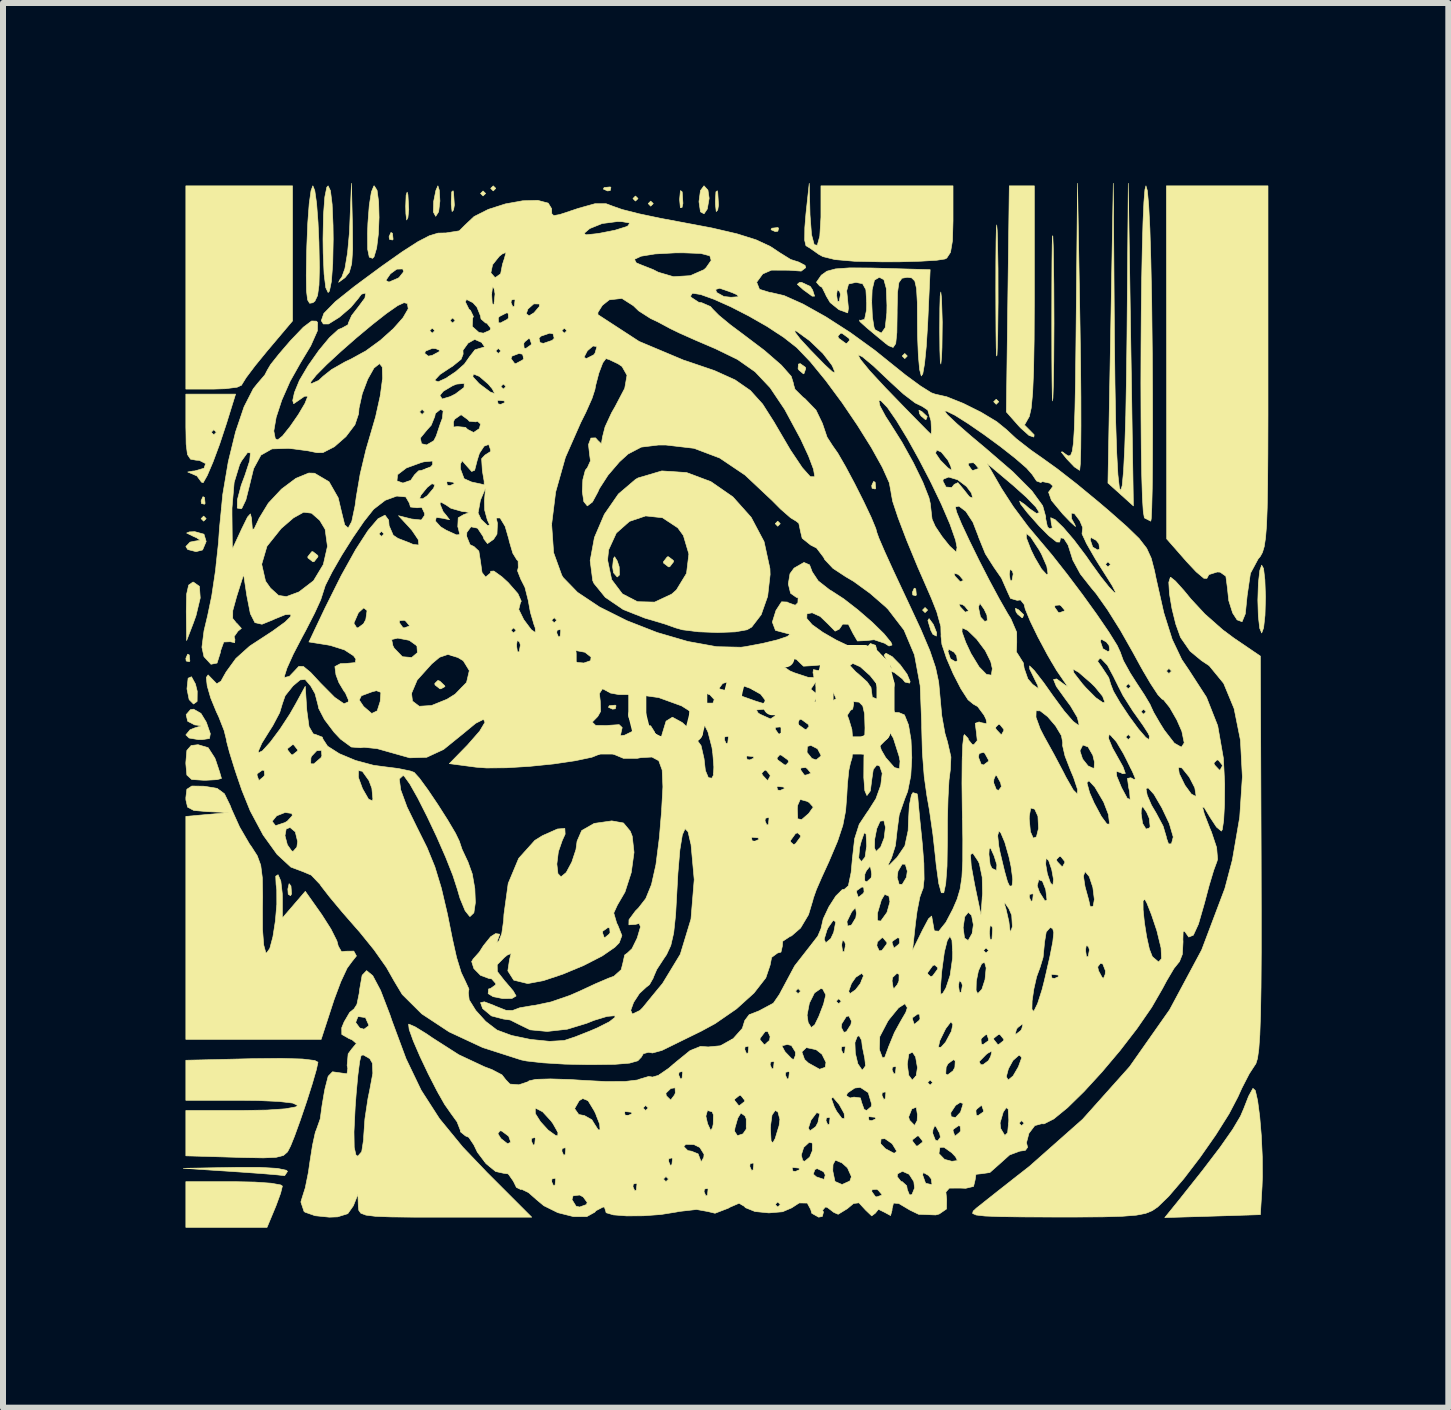
<source format=kicad_pcb>
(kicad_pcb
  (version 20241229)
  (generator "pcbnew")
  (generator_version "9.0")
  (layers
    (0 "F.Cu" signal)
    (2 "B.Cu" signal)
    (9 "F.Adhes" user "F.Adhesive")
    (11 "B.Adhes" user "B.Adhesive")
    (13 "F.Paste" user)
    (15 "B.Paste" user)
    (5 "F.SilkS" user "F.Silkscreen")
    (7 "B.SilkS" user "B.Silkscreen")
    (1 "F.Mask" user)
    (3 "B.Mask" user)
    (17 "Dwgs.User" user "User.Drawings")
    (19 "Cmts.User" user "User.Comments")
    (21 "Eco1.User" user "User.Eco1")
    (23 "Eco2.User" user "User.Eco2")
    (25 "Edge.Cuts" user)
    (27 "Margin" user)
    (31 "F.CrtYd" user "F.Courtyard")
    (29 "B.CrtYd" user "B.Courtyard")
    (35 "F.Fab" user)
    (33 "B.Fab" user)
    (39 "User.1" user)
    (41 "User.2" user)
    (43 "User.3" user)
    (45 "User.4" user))
  (footprint "LOGO"
    (layer "F.Cu")
    (at 9.022 8.683)
    (property "Reference" "LOGO" (at 0 0 0) (layer "F.SilkS") (effects (font (size 1.524 1.524) (thickness 0.3))))
    (attr through_hole)
    (fp_poly (pts (xy -8.636 -3.09) (xy -8.678 -3.048) (xy -8.721 -3.09) (xy -8.678 -3.133) (xy -8.636 -3.09)) (stroke (width 0.01) (type solid)) (fill yes) (layer "F.SilkS"))
    (fp_poly (pts (xy -3.979 -8.509) (xy -4.022 -8.467) (xy -4.064 -8.509) (xy -4.022 -8.551) (xy -3.979 -8.509)) (stroke (width 0.01) (type solid)) (fill yes) (layer "F.SilkS"))
    (fp_poly (pts (xy -3.81 -8.594) (xy -3.852 -8.551) (xy -3.895 -8.594) (xy -3.852 -8.636) (xy -3.81 -8.594)) (stroke (width 0.01) (type solid)) (fill yes) (layer "F.SilkS"))
    (fp_poly (pts (xy -1.439 -8.424) (xy -1.482 -8.382) (xy -1.524 -8.424) (xy -1.482 -8.467) (xy -1.439 -8.424)) (stroke (width 0.01) (type solid)) (fill yes) (layer "F.SilkS"))
    (fp_poly (pts (xy -1.185 -8.34) (xy -1.228 -8.297) (xy -1.27 -8.34) (xy -1.228 -8.382) (xy -1.185 -8.34)) (stroke (width 0.01) (type solid)) (fill yes) (layer "F.SilkS"))
    (fp_poly (pts (xy 0.931 -3.006) (xy 0.889 -2.963) (xy 0.847 -3.006) (xy 0.889 -3.048) (xy 0.931 -3.006)) (stroke (width 0.01) (type solid)) (fill yes) (layer "F.SilkS"))
    (fp_poly (pts (xy 3.048 -5.8) (xy 3.006 -5.757) (xy 2.963 -5.8) (xy 3.006 -5.842) (xy 3.048 -5.8)) (stroke (width 0.01) (type solid)) (fill yes) (layer "F.SilkS"))
    (fp_poly (pts (xy 3.387 -1.566) (xy 3.344 -1.524) (xy 3.302 -1.566) (xy 3.344 -1.609) (xy 3.387 -1.566)) (stroke (width 0.01) (type solid)) (fill yes) (layer "F.SilkS"))
    (fp_poly (pts (xy 4.572 -5.038) (xy 4.53 -4.995) (xy 4.487 -5.038) (xy 4.53 -5.08) (xy 4.572 -5.038)) (stroke (width 0.01) (type solid)) (fill yes) (layer "F.SilkS"))
    (fp_poly (pts (xy -8.918 -0.818) (xy -8.908 -0.718) (xy -8.918 -0.706) (xy -8.969 -0.717) (xy -8.975 -0.762) (xy -8.944 -0.832) (xy -8.918 -0.818)) (stroke (width 0.01) (type solid)) (fill yes) (layer "F.SilkS"))
    (fp_poly (pts (xy -8.664 -3.443) (xy -8.654 -3.343) (xy -8.664 -3.33) (xy -8.715 -3.342) (xy -8.721 -3.387) (xy -8.69 -3.456) (xy -8.664 -3.443)) (stroke (width 0.01) (type solid)) (fill yes) (layer "F.SilkS"))
    (fp_poly (pts (xy -7.223 3.032) (xy -7.213 3.164) (xy -7.23 3.194) (xy -7.269 3.169) (xy -7.275 3.083) (xy -7.254 2.993) (xy -7.223 3.032)) (stroke (width 0.01) (type solid)) (fill yes) (layer "F.SilkS"))
    (fp_poly (pts (xy -5.532 -7.846) (xy -5.521 -7.745) (xy -5.532 -7.733) (xy -5.582 -7.745) (xy -5.588 -7.789) (xy -5.557 -7.859) (xy -5.532 -7.846)) (stroke (width 0.01) (type solid)) (fill yes) (layer "F.SilkS"))
    (fp_poly (pts (xy -1.891 -8.608) (xy -1.903 -8.557) (xy -1.947 -8.551) (xy -2.017 -8.582) (xy -2.004 -8.608) (xy -1.903 -8.618) (xy -1.891 -8.608)) (stroke (width 0.01) (type solid)) (fill yes) (layer "F.SilkS"))
    (fp_poly (pts (xy -1.806 0.028) (xy -1.818 0.079) (xy -1.863 0.085) (xy -1.932 0.054) (xy -1.919 0.028) (xy -1.819 0.018) (xy -1.806 0.028)) (stroke (width 0.01) (type solid)) (fill yes) (layer "F.SilkS"))
    (fp_poly (pts (xy 0.903 -7.93) (xy 0.891 -7.88) (xy 0.847 -7.874) (xy 0.777 -7.905) (xy 0.79 -7.93) (xy 0.891 -7.941) (xy 0.903 -7.93)) (stroke (width 0.01) (type solid)) (fill yes) (layer "F.SilkS"))
    (fp_poly (pts (xy 2.512 -3.697) (xy 2.522 -3.597) (xy 2.512 -3.584) (xy 2.461 -3.596) (xy 2.455 -3.641) (xy 2.486 -3.71) (xy 2.512 -3.697)) (stroke (width 0.01) (type solid)) (fill yes) (layer "F.SilkS"))
    (fp_poly (pts (xy 3.189 -1.919) (xy 3.199 -1.819) (xy 3.189 -1.806) (xy 3.139 -1.818) (xy 3.133 -1.863) (xy 3.164 -1.932) (xy 3.189 -1.919)) (stroke (width 0.01) (type solid)) (fill yes) (layer "F.SilkS"))
    (fp_poly (pts (xy 3.289 -4.876) (xy 3.38 -4.791) (xy 3.361 -4.742) (xy 3.349 -4.741) (xy 3.278 -4.801) (xy 3.252 -4.839) (xy 3.242 -4.897) (xy 3.289 -4.876)) (stroke (width 0.01) (type solid)) (fill yes) (layer "F.SilkS"))
    (fp_poly (pts (xy 3.482 -1.327) (xy 3.538 -1.187) (xy 3.532 -1.133) (xy 3.474 -1.163) (xy 3.439 -1.231) (xy 3.391 -1.392) (xy 3.411 -1.424) (xy 3.482 -1.327)) (stroke (width 0.01) (type solid)) (fill yes) (layer "F.SilkS"))
    (fp_poly (pts (xy 4.898 -1.574) (xy 4.988 -1.489) (xy 4.97 -1.44) (xy 4.958 -1.439) (xy 4.886 -1.499) (xy 4.86 -1.537) (xy 4.85 -1.595) (xy 4.898 -1.574)) (stroke (width 0.01) (type solid)) (fill yes) (layer "F.SilkS"))
    (fp_poly (pts (xy -6.776 -2.476) (xy -6.773 -2.455) (xy -6.838 -2.373) (xy -6.858 -2.371) (xy -6.94 -2.435) (xy -6.943 -2.455) (xy -6.878 -2.538) (xy -6.858 -2.54) (xy -6.776 -2.476)) (stroke (width 0.01) (type solid)) (fill yes) (layer "F.SilkS"))
    (fp_poly (pts (xy -5.274 -8.488) (xy -5.26 -8.241) (xy -5.274 -8.107) (xy -5.295 -8.067) (xy -5.308 -8.173) (xy -5.311 -8.297) (xy -5.304 -8.48) (xy -5.287 -8.531) (xy -5.274 -8.488)) (stroke (width 0.01) (type solid)) (fill yes) (layer "F.SilkS"))
    (fp_poly (pts (xy -4.741 -0.381) (xy -4.661 -0.305) (xy -4.657 -0.291) (xy -4.722 -0.255) (xy -4.741 -0.254) (xy -4.823 -0.319) (xy -4.826 -0.344) (xy -4.774 -0.394) (xy -4.741 -0.381)) (stroke (width 0.01) (type solid)) (fill yes) (layer "F.SilkS"))
    (fp_poly (pts (xy -4.514 -8.53) (xy -4.5 -8.315) (xy -4.514 -8.234) (xy -4.538 -8.207) (xy -4.552 -8.325) (xy -4.552 -8.382) (xy -4.544 -8.536) (xy -4.522 -8.554) (xy -4.514 -8.53)) (stroke (width 0.01) (type solid)) (fill yes) (layer "F.SilkS"))
    (fp_poly (pts (xy -1.786 -2.386) (xy -1.753 -2.286) (xy -1.749 -2.151) (xy -1.786 -2.117) (xy -1.848 -2.188) (xy -1.863 -2.286) (xy -1.849 -2.424) (xy -1.83 -2.455) (xy -1.786 -2.386)) (stroke (width 0.01) (type solid)) (fill yes) (layer "F.SilkS"))
    (fp_poly (pts (xy -0.849 -2.391) (xy -0.847 -2.371) (xy -0.911 -2.288) (xy -0.931 -2.286) (xy -1.014 -2.35) (xy -1.016 -2.371) (xy -0.952 -2.453) (xy -0.931 -2.455) (xy -0.849 -2.391)) (stroke (width 0.01) (type solid)) (fill yes) (layer "F.SilkS"))
    (fp_poly (pts (xy -0.708 -8.543) (xy -0.703 -8.529) (xy -0.691 -8.344) (xy -0.706 -8.275) (xy -0.734 -8.272) (xy -0.746 -8.404) (xy -0.745 -8.424) (xy -0.733 -8.556) (xy -0.708 -8.543)) (stroke (width 0.01) (type solid)) (fill yes) (layer "F.SilkS"))
    (fp_poly (pts (xy -0.111 -8.53) (xy -0.098 -8.315) (xy -0.111 -8.234) (xy -0.136 -8.207) (xy -0.149 -8.325) (xy -0.15 -8.382) (xy -0.141 -8.536) (xy -0.119 -8.554) (xy -0.111 -8.53)) (stroke (width 0.01) (type solid)) (fill yes) (layer "F.SilkS"))
    (fp_poly (pts (xy 1.351 -5.611) (xy 1.355 -5.588) (xy 1.326 -5.506) (xy 1.317 -5.503) (xy 1.245 -5.563) (xy 1.228 -5.588) (xy 1.234 -5.666) (xy 1.265 -5.673) (xy 1.351 -5.611)) (stroke (width 0.01) (type solid)) (fill yes) (layer "F.SilkS"))
    (fp_poly (pts (xy -8.815 -0.334) (xy -8.785 -0.213) (xy -8.787 -0.044) (xy -8.847 0) (xy -8.92 -0.074) (xy -8.956 -0.251) (xy -8.956 -0.256) (xy -8.937 -0.431) (xy -8.881 -0.455) (xy -8.815 -0.334)) (stroke (width 0.01) (type solid)) (fill yes) (layer "F.SilkS"))
    (fp_poly (pts (xy 1.432 -6.959) (xy 1.47 -6.9) (xy 1.503 -6.798) (xy 1.462 -6.798) (xy 1.319 -6.902) (xy 1.317 -6.903) (xy 1.215 -6.995) (xy 1.251 -7.026) (xy 1.287 -7.027) (xy 1.432 -6.959)) (stroke (width 0.01) (type solid)) (fill yes) (layer "F.SilkS"))
    (fp_poly (pts (xy -8.749 -1.962) (xy -8.735 -1.768) (xy -8.806 -1.472) (xy -8.848 -1.355) (xy -8.962 -1.058) (xy -8.968 -1.545) (xy -8.962 -1.832) (xy -8.928 -1.983) (xy -8.858 -2.032) (xy -8.848 -2.032) (xy -8.749 -1.962)) (stroke (width 0.01) (type solid)) (fill yes) (layer "F.SilkS"))
    (fp_poly (pts (xy -0.274 -8.564) (xy -0.254 -8.429) (xy -0.285 -8.25) (xy -0.339 -8.17) (xy -0.399 -8.203) (xy -0.423 -8.368) (xy -0.423 -8.377) (xy -0.399 -8.557) (xy -0.341 -8.636) (xy -0.339 -8.636) (xy -0.274 -8.564)) (stroke (width 0.01) (type solid)) (fill yes) (layer "F.SilkS"))
    (fp_poly (pts (xy -7.825 7.966) (xy -7.553 7.985) (xy -7.393 8.014) (xy -7.366 8.033) (xy -7.396 8.153) (xy -7.471 8.358) (xy -7.494 8.414) (xy -7.622 8.721) (xy -8.975 8.721) (xy -8.975 7.959) (xy -8.17 7.959) (xy -7.825 7.966)) (stroke (width 0.01) (type solid)) (fill yes) (layer "F.SilkS"))
    (fp_poly (pts (xy -7.739 7.721) (xy -7.449 7.738) (xy -7.298 7.77) (xy -7.281 7.789) (xy -7.328 7.859) (xy -7.345 7.858) (xy -7.452 7.846) (xy -7.688 7.826) (xy -8.011 7.803) (xy -8.213 7.789) (xy -9.017 7.737) (xy -8.149 7.721) (xy -7.739 7.721)) (stroke (width 0.01) (type solid)) (fill yes) (layer "F.SilkS"))
    (fp_poly (pts (xy -7.197 -6.385) (xy -7.62 -5.884) (xy -7.821 -5.638) (xy -7.97 -5.44) (xy -8.041 -5.326) (xy -8.043 -5.316) (xy -8.12 -5.28) (xy -8.317 -5.255) (xy -8.509 -5.249) (xy -8.975 -5.249) (xy -8.975 -8.636) (xy -7.197 -8.636) (xy -7.197 -6.385)) (stroke (width 0.01) (type solid)) (fill yes) (layer "F.SilkS"))
    (fp_poly (pts (xy -4.751 -8.562) (xy -4.741 -8.385) (xy -4.741 -8.382) (xy -4.762 -8.204) (xy -4.811 -8.128) (xy -4.811 -8.128) (xy -4.85 -8.2) (xy -4.845 -8.375) (xy -4.844 -8.382) (xy -4.808 -8.56) (xy -4.775 -8.636) (xy -4.774 -8.636) (xy -4.751 -8.562)) (stroke (width 0.01) (type solid)) (fill yes) (layer "F.SilkS"))
    (fp_poly (pts (xy 3.617 -6.78) (xy 3.619 -6.752) (xy 3.631 -6.365) (xy 3.626 -5.945) (xy 3.619 -5.779) (xy 3.607 -5.667) (xy 3.598 -5.711) (xy 3.591 -5.896) (xy 3.588 -6.207) (xy 3.588 -6.265) (xy 3.59 -6.595) (xy 3.596 -6.8) (xy 3.606 -6.866) (xy 3.617 -6.78)) (stroke (width 0.01) (type solid)) (fill yes) (layer "F.SilkS"))
    (fp_poly (pts (xy -8.673 -2.831) (xy -8.636 -2.709) (xy -8.696 -2.568) (xy -8.805 -2.54) (xy -8.943 -2.575) (xy -8.975 -2.625) (xy -8.905 -2.699) (xy -8.826 -2.715) (xy -8.736 -2.729) (xy -8.797 -2.772) (xy -8.848 -2.794) (xy -8.962 -2.85) (xy -8.917 -2.869) (xy -8.826 -2.873) (xy -8.673 -2.831)) (stroke (width 0.01) (type solid)) (fill yes) (layer "F.SilkS"))
    (fp_poly (pts (xy -6.198 -7.948) (xy -6.195 -7.578) (xy -6.211 -7.339) (xy -6.251 -7.195) (xy -6.322 -7.106) (xy -6.329 -7.101) (xy -6.429 -7.028) (xy -6.411 -7.068) (xy -6.375 -7.116) (xy -6.324 -7.258) (xy -6.28 -7.52) (xy -6.249 -7.854) (xy -6.244 -7.963) (xy -6.215 -8.678) (xy -6.198 -7.948)) (stroke (width 0.01) (type solid)) (fill yes) (layer "F.SilkS"))
    (fp_poly (pts (xy 8.985 -2.258) (xy 9.007 -2.071) (xy 9.017 -1.794) (xy 9.017 -1.77) (xy 9.009 -1.48) (xy 8.986 -1.271) (xy 8.955 -1.186) (xy 8.954 -1.185) (xy 8.921 -1.263) (xy 8.898 -1.464) (xy 8.89 -1.731) (xy 8.899 -2.017) (xy 8.923 -2.229) (xy 8.954 -2.315) (xy 8.985 -2.258)) (stroke (width 0.01) (type solid)) (fill yes) (layer "F.SilkS"))
    (fp_poly (pts (xy -5.788 -8.561) (xy -5.762 -8.368) (xy -5.755 -8.11) (xy -5.766 -7.838) (xy -5.795 -7.601) (xy -5.839 -7.452) (xy -5.863 -7.428) (xy -5.918 -7.448) (xy -5.945 -7.579) (xy -5.947 -7.844) (xy -5.941 -8.012) (xy -5.918 -8.312) (xy -5.883 -8.534) (xy -5.842 -8.634) (xy -5.835 -8.636) (xy -5.788 -8.561)) (stroke (width 0.01) (type solid)) (fill yes) (layer "F.SilkS"))
    (fp_poly (pts (xy -8.603 0.727) (xy -8.491 0.901) (xy -8.475 0.944) (xy -8.412 1.133) (xy -8.382 1.237) (xy -8.382 1.24) (xy -8.457 1.26) (xy -8.64 1.27) (xy -8.678 1.27) (xy -8.877 1.257) (xy -8.958 1.183) (xy -8.975 0.996) (xy -8.975 0.974) (xy -8.958 0.773) (xy -8.887 0.691) (xy -8.771 0.677) (xy -8.603 0.727)) (stroke (width 0.01) (type solid)) (fill yes) (layer "F.SilkS"))
    (fp_poly (pts (xy -6.565 -8.555) (xy -6.537 -8.328) (xy -6.522 -7.978) (xy -6.519 -7.747) (xy -6.527 -7.34) (xy -6.549 -7.044) (xy -6.582 -6.882) (xy -6.604 -6.858) (xy -6.643 -6.939) (xy -6.671 -7.166) (xy -6.686 -7.516) (xy -6.689 -7.747) (xy -6.681 -8.154) (xy -6.659 -8.45) (xy -6.626 -8.612) (xy -6.604 -8.636) (xy -6.565 -8.555)) (stroke (width 0.01) (type solid)) (fill yes) (layer "F.SilkS"))
    (fp_poly (pts (xy 4.546 -7.898) (xy 4.551 -7.764) (xy 4.56 -7.258) (xy 4.561 -6.693) (xy 4.555 -6.164) (xy 4.55 -5.986) (xy 4.543 -5.814) (xy 4.536 -5.801) (xy 4.53 -5.936) (xy 4.526 -6.207) (xy 4.524 -6.604) (xy 4.523 -6.9) (xy 4.524 -7.365) (xy 4.527 -7.707) (xy 4.532 -7.916) (xy 4.538 -7.984) (xy 4.546 -7.898)) (stroke (width 0.01) (type solid)) (fill yes) (layer "F.SilkS"))
    (fp_poly (pts (xy -8.723 0.156) (xy -8.634 0.302) (xy -8.567 0.494) (xy -8.581 0.574) (xy -8.697 0.592) (xy -8.763 0.593) (xy -8.922 0.566) (xy -8.975 0.514) (xy -8.905 0.429) (xy -8.826 0.397) (xy -8.722 0.365) (xy -8.782 0.352) (xy -8.826 0.348) (xy -8.944 0.287) (xy -8.97 0.177) (xy -8.898 0.093) (xy -8.846 0.085) (xy -8.723 0.156)) (stroke (width 0.01) (type solid)) (fill yes) (layer "F.SilkS"))
    (fp_poly (pts (xy 5.165 -6.748) (xy 5.162 -6.077) (xy 5.153 -5.561) (xy 5.137 -5.184) (xy 5.113 -4.932) (xy 5.081 -4.791) (xy 5.06 -4.755) (xy 5.001 -4.65) (xy 5.078 -4.573) (xy 5.162 -4.487) (xy 5.156 -4.45) (xy 5.077 -4.476) (xy 4.939 -4.599) (xy 4.904 -4.636) (xy 4.699 -4.868) (xy 4.748 -8.636) (xy 5.165 -8.636) (xy 5.165 -6.748)) (stroke (width 0.01) (type solid)) (fill yes) (layer "F.SilkS"))
    (fp_poly (pts (xy 5.473 -7.799) (xy 5.48 -7.638) (xy 5.482 -7.556) (xy 5.49 -6.991) (xy 5.493 -6.347) (xy 5.489 -5.715) (xy 5.482 -5.313) (xy 5.475 -5.102) (xy 5.469 -5.052) (xy 5.464 -5.152) (xy 5.46 -5.393) (xy 5.457 -5.766) (xy 5.456 -6.261) (xy 5.456 -6.435) (xy 5.457 -6.965) (xy 5.459 -7.376) (xy 5.463 -7.659) (xy 5.468 -7.803) (xy 5.473 -7.799)) (stroke (width 0.01) (type solid)) (fill yes) (layer "F.SilkS"))
    (fp_poly (pts (xy 8.848 6.441) (xy 8.886 6.609) (xy 8.921 6.874) (xy 8.948 7.197) (xy 8.964 7.543) (xy 8.966 7.875) (xy 8.96 8.043) (xy 8.932 8.509) (xy 8.136 8.534) (xy 7.339 8.558) (xy 7.564 8.28) (xy 7.963 7.778) (xy 8.261 7.387) (xy 8.47 7.089) (xy 8.601 6.868) (xy 8.656 6.74) (xy 8.736 6.535) (xy 8.807 6.406) (xy 8.809 6.405) (xy 8.848 6.441)) (stroke (width 0.01) (type solid)) (fill yes) (layer "F.SilkS"))
    (fp_poly (pts (xy -6.826 -8.557) (xy -6.796 -8.343) (xy -6.772 -8.027) (xy -6.757 -7.696) (xy -6.749 -7.27) (xy -6.756 -6.983) (xy -6.78 -6.808) (xy -6.824 -6.715) (xy -6.858 -6.688) (xy -6.912 -6.679) (xy -6.946 -6.735) (xy -6.964 -6.883) (xy -6.968 -7.146) (xy -6.961 -7.549) (xy -6.959 -7.628) (xy -6.943 -8.019) (xy -6.919 -8.339) (xy -6.889 -8.555) (xy -6.859 -8.636) (xy -6.858 -8.636) (xy -6.826 -8.557)) (stroke (width 0.01) (type solid)) (fill yes) (layer "F.SilkS"))
    (fp_poly (pts (xy 5.927 -6.286) (xy 5.936 -5.67) (xy 5.941 -5.112) (xy 5.942 -4.635) (xy 5.939 -4.259) (xy 5.932 -4.006) (xy 5.921 -3.897) (xy 5.919 -3.895) (xy 5.833 -3.952) (xy 5.707 -4.084) (xy 5.614 -4.2) (xy 5.634 -4.203) (xy 5.692 -4.159) (xy 5.736 -4.134) (xy 5.77 -4.146) (xy 5.797 -4.212) (xy 5.817 -4.35) (xy 5.831 -4.578) (xy 5.842 -4.913) (xy 5.851 -5.372) (xy 5.858 -5.974) (xy 5.862 -6.362) (xy 5.885 -8.678) (xy 5.927 -6.286)) (stroke (width 0.01) (type solid)) (fill yes) (layer "F.SilkS"))
    (fp_poly (pts (xy -8.297 -4.678) (xy -8.411 -4.333) (xy -8.522 -4.034) (xy -8.618 -3.809) (xy -8.686 -3.689) (xy -8.714 -3.698) (xy -8.79 -3.801) (xy -8.869 -3.836) (xy -8.944 -3.867) (xy -8.858 -3.883) (xy -8.826 -3.885) (xy -8.672 -3.93) (xy -8.645 -4.007) (xy -8.751 -4.061) (xy -8.805 -4.064) (xy -8.897 -4.081) (xy -8.948 -4.158) (xy -8.97 -4.331) (xy -8.973 -4.53) (xy -8.551 -4.53) (xy -8.509 -4.487) (xy -8.467 -4.53) (xy -8.509 -4.572) (xy -8.551 -4.53) (xy -8.973 -4.53) (xy -8.975 -4.614) (xy -8.975 -5.165) (xy -8.146 -5.165) (xy -8.297 -4.678)) (stroke (width 0.01) (type solid)) (fill yes) (layer "F.SilkS"))
    (fp_poly (pts (xy 1.427 -8.149) (xy 1.452 -7.823) (xy 1.497 -7.655) (xy 1.548 -7.646) (xy 1.59 -7.799) (xy 1.609 -8.114) (xy 1.609 -8.128) (xy 1.609 -8.636) (xy 3.81 -8.636) (xy 3.81 -8.052) (xy 3.801 -7.723) (xy 3.768 -7.528) (xy 3.706 -7.433) (xy 3.676 -7.417) (xy 3.539 -7.396) (xy 3.275 -7.38) (xy 2.925 -7.37) (xy 2.639 -7.369) (xy 2.168 -7.379) (xy 1.843 -7.407) (xy 1.641 -7.457) (xy 1.575 -7.493) (xy 1.428 -7.597) (xy 1.359 -7.638) (xy 1.338 -7.728) (xy 1.34 -7.937) (xy 1.359 -8.17) (xy 1.414 -8.678) (xy 1.427 -8.149)) (stroke (width 0.01) (type solid)) (fill yes) (layer "F.SilkS"))
    (fp_poly (pts (xy 6.773 -5.99) (xy 6.784 -5.335) (xy 6.793 -4.737) (xy 6.801 -4.218) (xy 6.808 -3.796) (xy 6.813 -3.493) (xy 6.815 -3.327) (xy 6.816 -3.302) (xy 6.76 -3.352) (xy 6.625 -3.474) (xy 6.604 -3.493) (xy 6.392 -3.683) (xy 6.437 -6.181) (xy 6.481 -8.678) (xy 6.5 -6.117) (xy 6.509 -5.343) (xy 6.521 -4.697) (xy 6.538 -4.187) (xy 6.558 -3.821) (xy 6.582 -3.609) (xy 6.603 -3.556) (xy 6.629 -3.639) (xy 6.652 -3.883) (xy 6.672 -4.278) (xy 6.689 -4.815) (xy 6.701 -5.486) (xy 6.709 -6.117) (xy 6.731 -8.678) (xy 6.773 -5.99)) (stroke (width 0.01) (type solid)) (fill yes) (layer "F.SilkS"))
    (fp_poly (pts (xy -7.034 5.915) (xy -6.826 5.94) (xy -6.773 5.969) (xy -6.8 6.094) (xy -6.868 6.329) (xy -6.962 6.625) (xy -7.067 6.934) (xy -7.165 7.205) (xy -7.23 7.366) (xy -7.28 7.463) (xy -7.349 7.523) (xy -7.472 7.554) (xy -7.684 7.563) (xy -8.02 7.557) (xy -8.149 7.553) (xy -8.975 7.529) (xy -8.975 6.773) (xy -8.043 6.773) (xy -7.623 6.766) (xy -7.316 6.745) (xy -7.142 6.713) (xy -7.112 6.689) (xy -7.193 6.65) (xy -7.421 6.623) (xy -7.776 6.607) (xy -8.043 6.604) (xy -8.975 6.604) (xy -8.975 5.936) (xy -7.874 5.91) (xy -7.387 5.905) (xy -7.034 5.915)) (stroke (width 0.01) (type solid)) (fill yes) (layer "F.SilkS"))
    (fp_poly (pts (xy 7.049 -8.553) (xy 7.071 -8.31) (xy 7.091 -7.918) (xy 7.107 -7.385) (xy 7.121 -6.721) (xy 7.13 -5.937) (xy 7.131 -5.842) (xy 7.135 -5.173) (xy 7.136 -4.562) (xy 7.134 -4.028) (xy 7.13 -3.591) (xy 7.122 -3.27) (xy 7.113 -3.086) (xy 7.105 -3.048) (xy 7.006 -3.098) (xy 6.999 -3.104) (xy 6.981 -3.204) (xy 6.966 -3.445) (xy 6.955 -3.805) (xy 6.947 -4.258) (xy 6.943 -4.781) (xy 6.941 -5.35) (xy 6.943 -5.94) (xy 6.947 -6.527) (xy 6.954 -7.087) (xy 6.964 -7.596) (xy 6.976 -8.029) (xy 6.991 -8.363) (xy 7.008 -8.573) (xy 7.025 -8.636) (xy 7.049 -8.553)) (stroke (width 0.01) (type solid)) (fill yes) (layer "F.SilkS"))
    (fp_poly (pts (xy 9.059 -5.615) (xy 9.059 -4.818) (xy 9.057 -4.173) (xy 9.053 -3.663) (xy 9.046 -3.27) (xy 9.035 -2.978) (xy 9.018 -2.768) (xy 8.996 -2.623) (xy 8.967 -2.527) (xy 8.931 -2.461) (xy 8.895 -2.418) (xy 8.766 -2.178) (xy 8.711 -1.802) (xy 8.711 -1.799) (xy 8.681 -1.503) (xy 8.627 -1.372) (xy 8.544 -1.403) (xy 8.47 -1.518) (xy 8.405 -1.724) (xy 8.382 -1.942) (xy 8.357 -2.13) (xy 8.262 -2.198) (xy 8.213 -2.201) (xy 8.074 -2.157) (xy 8.041 -2.095) (xy 7.99 -2.096) (xy 7.862 -2.204) (xy 7.705 -2.371) (xy 7.371 -2.752) (xy 7.369 -5.694) (xy 7.366 -8.636) (xy 9.059 -8.636) (xy 9.059 -5.615)) (stroke (width 0.01) (type solid)) (fill yes) (layer "F.SilkS"))
    (fp_poly (pts (xy -0.63 -3.858) (xy -0.226 -3.707) (xy 0.142 -3.452) (xy 0.446 -3.112) (xy 0.661 -2.707) (xy 0.759 -2.256) (xy 0.762 -2.158) (xy 0.721 -1.796) (xy 0.613 -1.489) (xy 0.455 -1.283) (xy 0.377 -1.238) (xy 0.18 -1.203) (xy -0.113 -1.192) (xy -0.429 -1.204) (xy -0.696 -1.237) (xy -0.804 -1.267) (xy -0.994 -1.334) (xy -1.255 -1.412) (xy -1.322 -1.431) (xy -1.684 -1.574) (xy -1.984 -1.778) (xy -2.173 -2.01) (xy -2.194 -2.056) (xy -2.237 -2.39) (xy -2.235 -2.401) (xy -1.947 -2.401) (xy -1.879 -2.074) (xy -1.701 -1.837) (xy -1.449 -1.706) (xy -1.163 -1.699) (xy -0.88 -1.831) (xy -0.8 -1.901) (xy -0.631 -2.178) (xy -0.592 -2.501) (xy -0.684 -2.81) (xy -0.777 -2.937) (xy -1.032 -3.105) (xy -1.313 -3.135) (xy -1.582 -3.044) (xy -1.801 -2.85) (xy -1.929 -2.571) (xy -1.947 -2.401) (xy -2.235 -2.401) (xy -2.166 -2.775) (xy -2.001 -3.161) (xy -1.766 -3.501) (xy -1.481 -3.744) (xy -1.439 -3.768) (xy -1.043 -3.885) (xy -0.63 -3.858)) (stroke (width 0.01) (type solid)) (fill yes) (layer "F.SilkS"))
    (fp_poly (pts (xy -8.678 1.369) (xy -8.659 1.371) (xy -8.454 1.405) (xy -8.332 1.495) (xy -8.237 1.689) (xy -8.213 1.752) (xy -8.079 2.049) (xy -7.915 2.331) (xy -7.882 2.377) (xy -7.785 2.528) (xy -7.727 2.685) (xy -7.7 2.897) (xy -7.695 3.211) (xy -7.698 3.398) (xy -7.697 3.759) (xy -7.677 4.016) (xy -7.643 4.141) (xy -7.63 4.149) (xy -7.576 4.073) (xy -7.524 3.878) (xy -7.483 3.616) (xy -7.459 3.338) (xy -7.46 3.095) (xy -7.471 3.008) (xy -7.477 2.869) (xy -7.438 2.844) (xy -7.392 2.95) (xy -7.368 3.157) (xy -7.366 3.227) (xy -7.366 3.565) (xy -7.175 3.343) (xy -6.984 3.121) (xy -6.709 3.51) (xy -6.557 3.749) (xy -6.457 3.948) (xy -6.435 4.033) (xy -6.381 4.127) (xy -6.31 4.119) (xy -6.176 4.117) (xy -6.132 4.198) (xy -6.207 4.292) (xy -6.287 4.401) (xy -6.393 4.628) (xy -6.504 4.925) (xy -6.52 4.974) (xy -6.72 5.588) (xy -8.975 5.588) (xy -8.975 1.872) (xy -8.615 1.84) (xy -8.255 1.808) (xy -8.615 1.793) (xy -8.842 1.773) (xy -8.946 1.718) (xy -8.974 1.598) (xy -8.975 1.561) (xy -8.958 1.42) (xy -8.875 1.366) (xy -8.678 1.369)) (stroke (width 0.01) (type solid)) (fill yes) (layer "F.SilkS"))
    (fp_poly (pts (xy 7.517 -2.049) (xy 7.66 -1.89) (xy 7.773 -1.752) (xy 8.007 -1.5) (xy 8.305 -1.237) (xy 8.492 -1.098) (xy 8.932 -0.799) (xy 8.945 2.543) (xy 8.947 3.418) (xy 8.947 4.138) (xy 8.943 4.717) (xy 8.935 5.169) (xy 8.923 5.509) (xy 8.906 5.75) (xy 8.884 5.907) (xy 8.857 5.994) (xy 8.845 6.011) (xy 8.747 6.161) (xy 8.624 6.4) (xy 8.558 6.546) (xy 8.41 6.829) (xy 8.189 7.18) (xy 7.927 7.555) (xy 7.655 7.911) (xy 7.404 8.204) (xy 7.221 8.381) (xy 7.13 8.443) (xy 7.02 8.488) (xy 6.864 8.518) (xy 6.635 8.536) (xy 6.307 8.546) (xy 5.852 8.549) (xy 5.513 8.549) (xy 4.98 8.547) (xy 4.596 8.542) (xy 4.341 8.532) (xy 4.194 8.515) (xy 4.136 8.489) (xy 4.146 8.45) (xy 4.2 8.4) (xy 4.341 8.288) (xy 4.577 8.101) (xy 4.872 7.869) (xy 5.082 7.705) (xy 5.969 6.92) (xy 6.753 6.043) (xy 7.42 5.094) (xy 7.954 4.097) (xy 8.34 3.074) (xy 8.465 2.6) (xy 8.588 1.885) (xy 8.632 1.212) (xy 8.6 0.602) (xy 8.494 0.075) (xy 8.32 -0.345) (xy 8.079 -0.639) (xy 7.952 -0.723) (xy 7.761 -0.881) (xy 7.605 -1.106) (xy 7.599 -1.118) (xy 7.522 -1.333) (xy 7.459 -1.589) (xy 7.417 -1.838) (xy 7.406 -2.029) (xy 7.432 -2.112) (xy 7.438 -2.112) (xy 7.517 -2.049)) (stroke (width 0.01) (type solid)) (fill yes) (layer "F.SilkS"))
    (fp_poly (pts (xy 2.444 -7.267) (xy 2.588 -7.263) (xy 3.429 -7.239) (xy 3.387 -6.321) (xy 3.364 -5.958) (xy 3.336 -5.675) (xy 3.306 -5.503) (xy 3.281 -5.468) (xy 3.253 -5.575) (xy 3.232 -5.811) (xy 3.219 -6.134) (xy 3.217 -6.322) (xy 3.215 -6.692) (xy 3.202 -6.924) (xy 3.173 -7.05) (xy 3.121 -7.102) (xy 3.048 -7.112) (xy 2.959 -7.096) (xy 2.908 -7.024) (xy 2.885 -6.859) (xy 2.879 -6.567) (xy 2.879 -6.519) (xy 2.874 -6.191) (xy 2.855 -6.007) (xy 2.812 -5.943) (xy 2.735 -5.973) (xy 2.685 -6.011) (xy 2.548 -6.124) (xy 2.371 -6.272) (xy 2.258 -6.374) (xy 2.252 -6.4) (xy 2.265 -6.394) (xy 2.336 -6.41) (xy 2.368 -6.565) (xy 2.371 -6.684) (xy 2.37 -6.703) (xy 2.455 -6.703) (xy 2.466 -6.452) (xy 2.494 -6.277) (xy 2.512 -6.237) (xy 2.616 -6.182) (xy 2.68 -6.273) (xy 2.707 -6.519) (xy 2.709 -6.646) (xy 2.698 -6.927) (xy 2.658 -7.072) (xy 2.582 -7.112) (xy 2.501 -7.065) (xy 2.462 -6.904) (xy 2.455 -6.703) (xy 2.37 -6.703) (xy 2.358 -6.906) (xy 2.303 -7.005) (xy 2.192 -7.027) (xy 2.069 -7) (xy 2.038 -6.887) (xy 2.05 -6.773) (xy 2.067 -6.596) (xy 2.055 -6.519) (xy 2.054 -6.519) (xy 1.909 -6.572) (xy 1.763 -6.69) (xy 1.693 -6.808) (xy 1.693 -6.812) (xy 1.688 -6.823) (xy 1.869 -6.823) (xy 1.885 -6.713) (xy 1.914 -6.712) (xy 1.934 -6.825) (xy 1.921 -6.874) (xy 1.883 -6.906) (xy 1.869 -6.823) (xy 1.688 -6.823) (xy 1.628 -6.944) (xy 1.587 -6.968) (xy 1.534 -7.03) (xy 1.615 -7.147) (xy 1.707 -7.213) (xy 1.852 -7.252) (xy 2.087 -7.269) (xy 2.444 -7.267)) (stroke (width 0.01) (type solid)) (fill yes) (layer "F.SilkS"))
    (fp_poly (pts (xy -1.682 1.982) (xy -1.569 2.118) (xy -1.536 2.202) (xy -1.506 2.471) (xy -1.552 2.807) (xy -1.657 3.133) (xy -1.784 3.351) (xy -1.844 3.482) (xy -1.795 3.65) (xy -1.775 3.689) (xy -1.708 3.858) (xy -1.753 3.979) (xy -1.826 4.053) (xy -2.036 4.198) (xy -2.344 4.356) (xy -2.692 4.501) (xy -3.019 4.61) (xy -3.266 4.656) (xy -3.282 4.657) (xy -3.511 4.601) (xy -3.609 4.446) (xy -3.58 4.255) (xy -3.554 4.156) (xy -3.619 4.184) (xy -3.667 4.223) (xy -3.786 4.344) (xy -3.784 4.457) (xy -3.658 4.619) (xy -3.641 4.637) (xy -3.519 4.781) (xy -3.471 4.865) (xy -3.54 4.906) (xy -3.693 4.908) (xy -3.853 4.877) (xy -3.937 4.826) (xy -3.93 4.748) (xy -3.9 4.741) (xy -3.813 4.68) (xy -3.81 4.657) (xy -3.878 4.58) (xy -3.927 4.572) (xy -4.064 4.521) (xy -4.175 4.408) (xy -4.212 4.291) (xy -4.186 4.248) (xy -4.083 4.132) (xy -4.016 4.027) (xy -3.895 3.877) (xy -3.813 3.825) (xy -3.744 3.835) (xy -3.769 3.905) (xy -3.794 3.973) (xy -3.76 3.951) (xy -3.711 3.829) (xy -3.708 3.81) (xy -2.032 3.81) (xy -2.003 3.892) (xy -1.995 3.895) (xy -1.922 3.835) (xy -1.905 3.81) (xy -1.912 3.732) (xy -1.942 3.725) (xy -2.029 3.787) (xy -2.032 3.81) (xy -3.708 3.81) (xy -3.679 3.606) (xy -3.674 3.507) (xy -3.603 2.99) (xy -3.428 2.571) (xy -3.159 2.272) (xy -3.032 2.193) (xy -2.782 2.082) (xy -2.659 2.073) (xy -2.654 2.168) (xy -2.702 2.273) (xy -2.767 2.461) (xy -2.792 2.666) (xy -2.774 2.826) (xy -2.723 2.879) (xy -2.636 2.807) (xy -2.543 2.634) (xy -2.474 2.425) (xy -2.455 2.285) (xy -2.378 2.108) (xy -2.17 1.989) (xy -1.877 1.947) (xy -1.682 1.982)) (stroke (width 0.01) (type solid)) (fill yes) (layer "F.SilkS"))
    (fp_poly (pts (xy -5.86 4.527) (xy -5.73 4.772) (xy -5.574 5.178) (xy -5.54 5.278) (xy -5.306 5.909) (xy -5.053 6.436) (xy -4.748 6.91) (xy -4.36 7.383) (xy -3.955 7.807) (xy -3.211 8.551) (xy -4.653 8.551) (xy -5.178 8.551) (xy -5.557 8.547) (xy -5.814 8.537) (xy -5.974 8.517) (xy -6.059 8.485) (xy -6.093 8.437) (xy -6.101 8.371) (xy -6.101 8.361) (xy -6.107 8.17) (xy -6.183 8.361) (xy -6.276 8.493) (xy -6.447 8.546) (xy -6.584 8.551) (xy -6.821 8.527) (xy -6.989 8.468) (xy -7.006 8.454) (xy -7.058 8.298) (xy -7.035 8.221) (xy -6.985 8.063) (xy -6.933 7.806) (xy -6.907 7.625) (xy -6.864 7.352) (xy -6.819 7.146) (xy -6.813 7.128) (xy -6.173 7.128) (xy -6.169 7.388) (xy -6.14 7.515) (xy -6.109 7.535) (xy -6.044 7.459) (xy -6.013 7.259) (xy -6.011 7.203) (xy -5.991 6.915) (xy -5.94 6.575) (xy -5.912 6.439) (xy -5.859 6.154) (xy -5.866 5.985) (xy -5.91 5.909) (xy -6.018 5.847) (xy -6.054 5.856) (xy -6.078 5.955) (xy -6.108 6.184) (xy -6.137 6.503) (xy -6.153 6.718) (xy -6.173 7.128) (xy -6.813 7.128) (xy -6.793 7.076) (xy -6.736 6.914) (xy -6.728 6.859) (xy -6.706 6.695) (xy -6.665 6.454) (xy -6.656 6.409) (xy -6.603 6.203) (xy -6.531 6.128) (xy -6.418 6.144) (xy -6.289 6.162) (xy -6.276 6.069) (xy -6.287 6.024) (xy -6.27 5.829) (xy -6.207 5.744) (xy -6.133 5.656) (xy -6.205 5.595) (xy -6.257 5.574) (xy -6.376 5.506) (xy -6.377 5.394) (xy -6.341 5.306) (xy -6.145 5.306) (xy -6.077 5.398) (xy -6.006 5.419) (xy -5.928 5.362) (xy -5.927 5.348) (xy -5.982 5.225) (xy -6.097 5.208) (xy -6.109 5.215) (xy -6.145 5.306) (xy -6.341 5.306) (xy -6.336 5.295) (xy -6.244 5.138) (xy -6.172 5.08) (xy -6.124 5.005) (xy -6.086 4.82) (xy -6.08 4.763) (xy -6.037 4.52) (xy -5.963 4.442) (xy -5.86 4.527)) (stroke (width 0.01) (type solid)) (fill yes) (layer "F.SilkS"))
    (fp_poly (pts (xy -2.936 -8.348) (xy -2.879 -8.255) (xy -2.877 -8.172) (xy -2.844 -8.14) (xy -2.743 -8.158) (xy -2.532 -8.228) (xy -2.434 -8.261) (xy -2.158 -8.338) (xy -1.971 -8.338) (xy -1.861 -8.297) (xy -1.705 -8.242) (xy -1.425 -8.171) (xy -1.065 -8.095) (xy -0.776 -8.041) (xy -0.213 -7.935) (xy 0.212 -7.836) (xy 0.529 -7.736) (xy 0.767 -7.625) (xy 0.922 -7.522) (xy 1.104 -7.409) (xy 1.239 -7.366) (xy 1.344 -7.311) (xy 1.355 -7.272) (xy 1.28 -7.215) (xy 1.075 -7.23) (xy 0.784 -7.231) (xy 0.639 -7.168) (xy 0.538 -7.03) (xy 0.585 -6.912) (xy 0.76 -6.858) (xy 0.776 -6.858) (xy 0.995 -6.807) (xy 1.31 -6.666) (xy 1.689 -6.454) (xy 2.098 -6.191) (xy 2.504 -5.897) (xy 2.73 -5.715) (xy 3.019 -5.483) (xy 3.27 -5.299) (xy 3.449 -5.187) (xy 3.511 -5.165) (xy 3.705 -5.121) (xy 3.98 -5.011) (xy 4.277 -4.863) (xy 4.538 -4.706) (xy 4.699 -4.575) (xy 4.864 -4.422) (xy 5.109 -4.231) (xy 5.295 -4.101) (xy 5.547 -3.92) (xy 5.873 -3.666) (xy 6.22 -3.38) (xy 6.405 -3.223) (xy 6.709 -2.955) (xy 6.911 -2.759) (xy 7.037 -2.596) (xy 7.113 -2.431) (xy 7.167 -2.224) (xy 7.193 -2.097) (xy 7.323 -1.52) (xy 7.462 -1.079) (xy 7.622 -0.742) (xy 7.739 -0.569) (xy 8.034 -0.113) (xy 8.221 0.361) (xy 8.316 0.905) (xy 8.337 1.333) (xy 8.334 1.674) (xy 8.32 1.94) (xy 8.297 2.093) (xy 8.282 2.117) (xy 8.201 2.05) (xy 8.095 1.889) (xy 8.092 1.884) (xy 7.998 1.727) (xy 7.967 1.715) (xy 7.998 1.833) (xy 8.09 2.07) (xy 8.116 2.131) (xy 8.203 2.392) (xy 8.219 2.586) (xy 8.208 2.625) (xy 8.155 2.768) (xy 8.079 3.021) (xy 7.999 3.323) (xy 7.9 3.667) (xy 7.815 3.852) (xy 7.738 3.883) (xy 7.672 3.789) (xy 7.645 3.788) (xy 7.641 3.922) (xy 7.643 3.962) (xy 7.632 4.17) (xy 7.582 4.297) (xy 7.577 4.3) (xy 7.492 4.406) (xy 7.371 4.61) (xy 7.301 4.741) (xy 7.12 5.055) (xy 6.876 5.408) (xy 6.593 5.775) (xy 6.291 6.133) (xy 5.992 6.459) (xy 5.718 6.727) (xy 5.489 6.914) (xy 5.327 6.996) (xy 5.286 6.994) (xy 5.173 7.025) (xy 5.075 7.154) (xy 5.034 7.311) (xy 5.053 7.387) (xy 5.015 7.438) (xy 4.922 7.451) (xy 4.753 7.514) (xy 4.587 7.663) (xy 4.424 7.807) (xy 4.293 7.826) (xy 4.192 7.837) (xy 4.178 7.932) (xy 4.152 8.039) (xy 4.021 8.07) (xy 3.928 8.066) (xy 3.748 8.067) (xy 3.691 8.133) (xy 3.704 8.252) (xy 3.701 8.415) (xy 3.58 8.498) (xy 3.522 8.514) (xy 3.236 8.503) (xy 3.093 8.434) (xy 2.906 8.323) (xy 2.818 8.316) (xy 2.794 8.412) (xy 2.794 8.435) (xy 2.769 8.524) (xy 2.675 8.473) (xy 2.567 8.42) (xy 2.516 8.484) (xy 2.455 8.53) (xy 2.346 8.426) (xy 2.346 8.425) (xy 2.242 8.312) (xy 2.152 8.323) (xy 2.048 8.41) (xy 1.896 8.503) (xy 1.824 8.472) (xy 1.713 8.387) (xy 1.683 8.382) (xy 1.637 8.434) (xy 1.651 8.467) (xy 1.632 8.539) (xy 1.571 8.551) (xy 1.456 8.486) (xy 1.439 8.424) (xy 1.381 8.316) (xy 1.247 8.314) (xy 1.121 8.396) (xy 0.969 8.461) (xy 0.741 8.48) (xy 0.51 8.457) (xy 0.351 8.393) (xy 0.331 8.37) (xy 0.28 8.34) (xy 0.847 8.34) (xy 0.889 8.382) (xy 0.931 8.34) (xy 0.889 8.297) (xy 0.847 8.34) (xy 0.28 8.34) (xy 0.245 8.319) (xy 0.09 8.386) (xy 0.066 8.401) (xy -0.156 8.486) (xy -0.275 8.457) (xy -0.464 8.423) (xy -0.756 8.456) (xy -0.798 8.465) (xy -1.06 8.507) (xy -1.351 8.528) (xy -1.629 8.53) (xy -1.85 8.513) (xy -1.971 8.477) (xy -1.978 8.449) (xy -1.999 8.385) (xy -2.022 8.382) (xy -2.141 8.444) (xy -2.16 8.468) (xy -2.294 8.542) (xy -2.518 8.541) (xy -2.776 8.476) (xy -3.01 8.36) (xy -3.107 8.279) (xy -3.132 8.258) (xy -2.54 8.258) (xy -2.472 8.368) (xy -2.413 8.382) (xy -2.3 8.341) (xy -2.286 8.306) (xy -2.353 8.214) (xy -2.413 8.182) (xy -2.522 8.195) (xy -2.54 8.258) (xy -3.132 8.258) (xy -3.265 8.141) (xy -3.292 8.128) (xy -0.339 8.128) (xy -0.308 8.198) (xy -0.282 8.184) (xy -0.276 8.123) (xy 2.455 8.123) (xy 2.517 8.209) (xy 2.54 8.213) (xy 2.622 8.184) (xy 2.625 8.175) (xy 2.565 8.103) (xy 2.54 8.086) (xy 2.462 8.092) (xy 2.455 8.123) (xy -0.276 8.123) (xy -0.272 8.084) (xy -0.282 8.072) (xy -0.333 8.083) (xy -0.339 8.128) (xy -3.292 8.128) (xy -3.379 8.086) (xy -3.394 8.09) (xy -3.466 8.055) (xy -3.472 8.043) (xy -1.524 8.043) (xy -1.493 8.113) (xy -1.468 8.1) (xy -1.457 7.999) (xy -1.468 7.987) (xy -1.518 7.999) (xy -1.524 8.043) (xy -3.472 8.043) (xy -3.513 7.959) (xy -2.879 7.959) (xy -2.848 8.028) (xy -2.822 8.015) (xy -2.812 7.916) (xy -1.016 7.916) (xy -0.974 7.959) (xy -0.931 7.916) (xy -0.974 7.874) (xy -1.016 7.916) (xy -2.812 7.916) (xy -2.812 7.915) (xy -2.822 7.902) (xy -2.873 7.914) (xy -2.879 7.959) (xy -3.513 7.959) (xy -3.515 7.954) (xy -3.599 7.834) (xy 1.481 7.834) (xy 1.534 7.88) (xy 1.66 7.921) (xy 1.681 7.849) (xy 1.654 7.794) (xy 1.624 7.779) (xy 1.806 7.779) (xy 1.843 7.956) (xy 1.961 8.007) (xy 2.091 7.948) (xy 2.117 7.876) (xy 2.116 7.874) (xy 2.879 7.874) (xy 2.943 7.956) (xy 2.963 7.959) (xy 3.038 8.028) (xy 3.048 8.091) (xy 3.085 8.181) (xy 3.125 8.175) (xy 3.169 8.066) (xy 3.157 7.959) (xy 3.083 7.843) (xy 3.302 7.843) (xy 3.35 7.978) (xy 3.358 7.987) (xy 3.449 8.007) (xy 3.459 8) (xy 3.447 7.913) (xy 3.402 7.856) (xy 3.317 7.808) (xy 3.302 7.843) (xy 3.083 7.843) (xy 3.08 7.837) (xy 2.968 7.787) (xy 2.888 7.828) (xy 2.879 7.874) (xy 2.116 7.874) (xy 2.051 7.729) (xy 1.961 7.648) (xy 1.85 7.6) (xy 1.81 7.674) (xy 1.806 7.779) (xy 1.624 7.779) (xy 1.547 7.742) (xy 1.509 7.756) (xy 1.481 7.834) (xy -3.599 7.834) (xy -3.602 7.83) (xy -3.682 7.819) (xy -3.812 7.79) (xy -3.916 7.705) (xy 0.423 7.705) (xy 0.454 7.774) (xy 0.48 7.761) (xy 0.483 7.733) (xy 1.129 7.733) (xy 1.141 7.783) (xy 1.185 7.789) (xy 1.255 7.758) (xy 1.242 7.733) (xy 1.141 7.723) (xy 1.129 7.733) (xy 0.483 7.733) (xy 0.49 7.661) (xy 0.48 7.648) (xy 0.429 7.66) (xy 0.423 7.705) (xy -3.916 7.705) (xy -3.973 7.658) (xy -4.002 7.62) (xy -0.931 7.62) (xy -0.9 7.69) (xy -0.875 7.676) (xy -0.865 7.576) (xy -0.875 7.564) (xy -0.925 7.575) (xy -0.931 7.62) (xy -4.002 7.62) (xy -4.117 7.468) (xy -4.125 7.451) (xy -2.709 7.451) (xy -2.678 7.52) (xy -2.653 7.507) (xy -2.643 7.407) (xy -2.653 7.394) (xy -2.703 7.406) (xy -2.709 7.451) (xy -4.125 7.451) (xy -4.162 7.374) (xy -0.677 7.374) (xy -0.609 7.442) (xy -0.55 7.451) (xy -0.438 7.496) (xy -0.423 7.535) (xy -0.391 7.618) (xy -0.381 7.62) (xy -0.343 7.552) (xy -0.34 7.516) (xy 1.281 7.516) (xy 1.306 7.609) (xy 1.339 7.62) (xy 1.422 7.549) (xy 1.446 7.491) (xy 3.575 7.491) (xy 3.669 7.588) (xy 3.791 7.62) (xy 3.883 7.608) (xy 3.852 7.544) (xy 3.788 7.477) (xy 3.66 7.386) (xy 3.592 7.387) (xy 3.575 7.491) (xy 1.446 7.491) (xy 1.465 7.446) (xy 1.467 7.327) (xy 2.604 7.327) (xy 2.683 7.41) (xy 2.83 7.488) (xy 2.872 7.452) (xy 2.796 7.327) (xy 2.731 7.281) (xy 3.133 7.281) (xy 3.197 7.364) (xy 3.217 7.366) (xy 3.3 7.302) (xy 3.302 7.281) (xy 3.238 7.199) (xy 3.217 7.197) (xy 3.135 7.261) (xy 3.133 7.281) (xy 2.731 7.281) (xy 2.675 7.243) (xy 2.61 7.248) (xy 2.604 7.327) (xy 1.467 7.327) (xy 1.468 7.316) (xy 1.412 7.305) (xy 1.322 7.388) (xy 1.281 7.516) (xy -0.34 7.516) (xy -0.339 7.503) (xy -0.41 7.389) (xy -0.508 7.341) (xy -0.643 7.337) (xy -0.677 7.374) (xy -4.162 7.374) (xy -4.176 7.345) (xy -4.26 7.22) (xy -4.315 7.197) (xy -4.36 7.16) (xy -3.775 7.16) (xy -3.724 7.241) (xy -3.613 7.328) (xy -3.56 7.301) (xy -3.567 7.281) (xy -3.217 7.281) (xy -3.186 7.351) (xy -3.161 7.338) (xy -3.151 7.237) (xy -3.161 7.225) (xy -3.211 7.237) (xy -3.217 7.281) (xy -3.567 7.281) (xy -3.595 7.202) (xy -3.71 7.116) (xy -3.741 7.112) (xy -3.775 7.16) (xy -4.36 7.16) (xy -4.397 7.13) (xy -4.403 7.096) (xy -4.455 6.963) (xy -4.558 6.821) (xy -4.612 6.743) (xy -3.152 6.743) (xy -3.151 6.824) (xy -3.065 6.96) (xy -2.938 7.099) (xy -2.815 7.188) (xy -2.777 7.197) (xy -2.774 7.138) (xy -2.785 7.119) (xy 0.169 7.119) (xy 0.217 7.193) (xy 0.31 7.162) (xy 0.359 7.091) (xy 0.768 7.091) (xy 0.778 7.279) (xy 0.806 7.314) (xy 0.847 7.239) (xy 0.872 7.154) (xy 3.471 7.154) (xy 3.516 7.267) (xy 3.553 7.281) (xy 3.6 7.219) (xy 3.587 7.154) (xy 3.564 7.112) (xy 3.81 7.112) (xy 3.839 7.194) (xy 3.847 7.197) (xy 3.92 7.137) (xy 3.937 7.112) (xy 3.93 7.034) (xy 3.9 7.027) (xy 3.813 7.089) (xy 3.81 7.112) (xy 3.564 7.112) (xy 3.527 7.043) (xy 3.505 7.027) (xy 3.475 7.096) (xy 3.471 7.154) (xy 0.872 7.154) (xy 0.898 7.069) (xy 1.399 7.069) (xy 1.427 7.112) (xy 1.521 7.044) (xy 1.559 6.973) (xy 1.565 6.943) (xy 1.693 6.943) (xy 1.724 7.012) (xy 1.75 6.999) (xy 1.76 6.899) (xy 1.75 6.886) (xy 1.699 6.898) (xy 1.693 6.943) (xy 1.565 6.943) (xy 1.589 6.824) (xy 1.537 6.81) (xy 1.443 6.935) (xy 1.399 7.069) (xy 0.898 7.069) (xy 0.911 7.029) (xy 0.925 6.921) (xy 0.891 6.796) (xy 0.847 6.773) (xy 0.794 6.848) (xy 0.768 7.033) (xy 0.768 7.091) (xy 0.359 7.091) (xy 0.364 7.083) (xy 0.364 6.913) (xy 0.343 6.864) (xy 0.275 6.815) (xy 0.223 6.9) (xy 0.176 7.064) (xy 0.169 7.119) (xy -2.785 7.119) (xy -2.856 6.993) (xy -2.89 6.946) (xy -3.029 6.795) (xy -3.131 6.742) (xy -2.496 6.742) (xy -2.427 6.84) (xy -2.332 6.858) (xy -2.209 6.927) (xy -2.166 6.997) (xy -2.103 7.095) (xy -2.072 7.096) (xy -2.079 7.001) (xy -2.131 6.867) (xy -0.309 6.867) (xy -0.28 6.994) (xy -0.228 7.106) (xy -0.199 7.061) (xy -0.186 7) (xy -0.183 6.845) (xy -0.204 6.795) (xy -0.282 6.773) (xy -0.309 6.867) (xy -2.131 6.867) (xy -2.148 6.821) (xy -2.158 6.802) (xy -1.665 6.802) (xy -1.653 6.852) (xy -1.609 6.858) (xy -1.539 6.827) (xy -1.552 6.802) (xy -1.653 6.791) (xy -1.665 6.802) (xy -2.158 6.802) (xy -2.167 6.783) (xy -2.198 6.731) (xy -1.355 6.731) (xy -1.312 6.773) (xy -1.27 6.731) (xy -1.312 6.689) (xy -1.355 6.731) (xy -2.198 6.731) (xy -2.272 6.61) (xy -2.286 6.604) (xy 0.169 6.604) (xy 0.234 6.686) (xy 0.254 6.689) (xy 0.336 6.624) (xy 0.339 6.604) (xy 0.313 6.571) (xy 1.781 6.571) (xy 1.831 6.711) (xy 1.87 6.786) (xy 1.956 6.902) (xy 2.005 6.913) (xy 2.002 6.886) (xy 2.399 6.886) (xy 2.411 6.937) (xy 2.455 6.943) (xy 2.525 6.912) (xy 2.512 6.886) (xy 2.465 6.882) (xy 3.07 6.882) (xy 3.086 6.935) (xy 3.17 7.022) (xy 3.192 6.98) (xy 4.594 6.98) (xy 4.605 7.075) (xy 4.673 7.189) (xy 4.72 7.144) (xy 4.735 6.985) (xy 4.911 6.985) (xy 4.953 7.027) (xy 4.995 6.985) (xy 4.953 6.943) (xy 4.911 6.985) (xy 4.735 6.985) (xy 4.739 6.95) (xy 4.739 6.921) (xy 4.729 6.749) (xy 4.697 6.727) (xy 4.647 6.8) (xy 4.594 6.98) (xy 3.192 6.98) (xy 3.212 6.945) (xy 3.217 6.841) (xy 3.212 6.811) (xy 3.772 6.811) (xy 3.779 6.877) (xy 3.852 6.89) (xy 3.935 6.801) (xy 3.944 6.773) (xy 4.191 6.773) (xy 4.198 6.851) (xy 4.228 6.858) (xy 4.315 6.797) (xy 4.318 6.773) (xy 4.289 6.691) (xy 4.281 6.689) (xy 4.208 6.748) (xy 4.191 6.773) (xy 3.944 6.773) (xy 3.978 6.662) (xy 3.978 6.657) (xy 3.928 6.64) (xy 3.853 6.688) (xy 3.772 6.811) (xy 3.212 6.811) (xy 3.197 6.718) (xy 3.125 6.747) (xy 3.123 6.749) (xy 3.07 6.882) (xy 2.465 6.882) (xy 2.411 6.876) (xy 2.399 6.886) (xy 2.002 6.886) (xy 1.995 6.821) (xy 1.914 6.675) (xy 1.811 6.554) (xy 1.781 6.571) (xy 0.313 6.571) (xy 0.277 6.526) (xy 2.032 6.526) (xy 2.094 6.565) (xy 2.159 6.55) (xy 2.267 6.564) (xy 2.286 6.637) (xy 2.329 6.756) (xy 2.371 6.773) (xy 2.448 6.707) (xy 2.454 6.668) (xy 2.41 6.519) (xy 2.625 6.519) (xy 2.656 6.589) (xy 2.681 6.576) (xy 2.691 6.475) (xy 2.681 6.463) (xy 2.631 6.475) (xy 2.625 6.519) (xy 2.41 6.519) (xy 2.398 6.476) (xy 2.265 6.388) (xy 2.173 6.399) (xy 2.053 6.48) (xy 2.032 6.526) (xy 0.277 6.526) (xy 0.274 6.522) (xy 0.254 6.519) (xy 0.172 6.584) (xy 0.169 6.604) (xy -2.286 6.604) (xy -2.36 6.574) (xy -2.42 6.61) (xy -2.496 6.742) (xy -3.131 6.742) (xy -3.137 6.739) (xy -3.152 6.743) (xy -4.612 6.743) (xy -4.661 6.674) (xy -4.768 6.485) (xy -0.975 6.485) (xy -0.968 6.528) (xy -0.895 6.599) (xy -0.831 6.514) (xy -0.818 6.481) (xy -0.822 6.395) (xy -0.893 6.406) (xy -0.975 6.485) (xy -4.768 6.485) (xy -4.792 6.442) (xy -4.935 6.163) (xy -5.072 5.874) (xy -5.184 5.615) (xy -5.253 5.423) (xy -5.263 5.336) (xy -5.258 5.334) (xy -5.154 5.379) (xy -4.967 5.494) (xy -4.86 5.567) (xy -4.425 5.845) (xy -3.998 6.045) (xy -3.873 6.092) (xy -3.707 6.179) (xy -3.641 6.263) (xy -3.574 6.333) (xy -3.426 6.345) (xy -3.313 6.308) (xy 3.387 6.308) (xy 3.429 6.35) (xy 3.471 6.308) (xy 3.429 6.265) (xy 3.387 6.308) (xy -3.313 6.308) (xy -3.278 6.296) (xy -3.255 6.279) (xy -3.141 6.254) (xy -2.899 6.247) (xy -2.572 6.257) (xy -2.371 6.27) (xy -1.972 6.291) (xy -1.652 6.289) (xy -1.45 6.265) (xy -1.416 6.252) (xy -1.262 6.206) (xy -1.197 6.216) (xy -1.101 6.188) (xy -1.09 6.181) (xy -0.762 6.181) (xy -0.731 6.25) (xy -0.706 6.237) (xy -0.7 6.181) (xy 1.016 6.181) (xy 1.047 6.25) (xy 1.072 6.237) (xy 1.083 6.137) (xy 1.072 6.124) (xy 1.022 6.136) (xy 1.016 6.181) (xy -0.7 6.181) (xy -0.695 6.137) (xy -0.706 6.124) (xy -0.756 6.136) (xy -0.762 6.181) (xy -1.09 6.181) (xy -0.929 6.07) (xy -0.86 6.011) (xy 0.762 6.011) (xy 0.793 6.081) (xy 0.818 6.068) (xy 0.829 5.967) (xy 0.818 5.955) (xy 0.768 5.967) (xy 0.762 6.011) (xy -0.86 6.011) (xy -0.801 5.961) (xy -0.573 5.776) (xy -0.527 5.757) (xy 0.339 5.757) (xy 0.37 5.827) (xy 0.395 5.814) (xy 0.405 5.713) (xy 0.395 5.701) (xy 0.345 5.713) (xy 0.339 5.757) (xy -0.527 5.757) (xy -0.398 5.705) (xy -0.269 5.714) (xy -0.07 5.695) (xy 0.958 5.695) (xy 1.006 5.787) (xy 1.016 5.8) (xy 1.117 5.905) (xy 1.153 5.927) (xy 1.182 5.858) (xy 1.185 5.8) (xy 1.183 5.797) (xy 1.291 5.797) (xy 1.336 5.923) (xy 1.4 5.982) (xy 1.587 6.086) (xy 1.68 6.053) (xy 1.693 5.972) (xy 1.626 5.836) (xy 1.529 5.76) (xy 1.516 5.757) (xy 1.947 5.757) (xy 1.978 5.827) (xy 2.004 5.814) (xy 2.014 5.713) (xy 2.004 5.701) (xy 1.953 5.713) (xy 1.947 5.757) (xy 1.516 5.757) (xy 1.366 5.725) (xy 1.291 5.797) (xy 1.183 5.797) (xy 1.117 5.69) (xy 1.048 5.673) (xy 0.958 5.695) (xy -0.07 5.695) (xy -0.065 5.694) (xy 0.115 5.593) (xy 0.593 5.593) (xy 0.657 5.67) (xy 0.677 5.673) (xy 0.711 5.641) (xy 2.175 5.641) (xy 2.182 5.819) (xy 2.224 5.995) (xy 2.29 6.092) (xy 2.305 6.096) (xy 2.794 6.096) (xy 2.825 6.166) (xy 2.85 6.152) (xy 2.861 6.052) (xy 2.85 6.04) (xy 2.8 6.051) (xy 2.794 6.096) (xy 2.305 6.096) (xy 2.352 6.028) (xy 2.35 6.006) (xy 3.048 6.006) (xy 3.072 6.187) (xy 3.13 6.265) (xy 3.133 6.265) (xy 3.182 6.21) (xy 4.698 6.21) (xy 4.73 6.265) (xy 4.811 6.197) (xy 4.899 6.046) (xy 4.955 5.892) (xy 4.923 5.854) (xy 4.899 5.86) (xy 4.809 5.94) (xy 4.733 6.079) (xy 4.698 6.21) (xy 3.182 6.21) (xy 3.197 6.193) (xy 3.201 6.163) (xy 3.689 6.163) (xy 3.719 6.181) (xy 3.809 6.113) (xy 3.841 6.054) (xy 3.846 5.96) (xy 4.245 5.96) (xy 4.272 6.009) (xy 4.309 6.011) (xy 4.4 5.943) (xy 4.438 5.872) (xy 4.46 5.781) (xy 4.387 5.82) (xy 4.362 5.84) (xy 4.245 5.96) (xy 3.846 5.96) (xy 3.847 5.944) (xy 3.816 5.927) (xy 3.726 5.994) (xy 3.695 6.054) (xy 3.689 6.163) (xy 3.201 6.163) (xy 3.217 6.059) (xy 3.186 5.879) (xy 3.133 5.8) (xy 3.073 5.833) (xy 3.048 5.997) (xy 3.048 6.006) (xy 2.35 6.006) (xy 2.339 5.905) (xy 2.307 5.75) (xy 2.582 5.75) (xy 2.588 5.773) (xy 2.635 5.898) (xy 2.673 5.884) (xy 2.733 5.722) (xy 2.734 5.719) (xy 3.566 5.719) (xy 3.61 5.719) (xy 3.686 5.635) (xy 3.711 5.588) (xy 4.276 5.588) (xy 4.282 5.666) (xy 4.313 5.673) (xy 4.399 5.611) (xy 4.403 5.588) (xy 4.487 5.588) (xy 4.552 5.67) (xy 4.572 5.673) (xy 4.654 5.608) (xy 4.657 5.588) (xy 4.592 5.506) (xy 4.572 5.503) (xy 4.49 5.568) (xy 4.487 5.588) (xy 4.403 5.588) (xy 4.374 5.506) (xy 4.365 5.503) (xy 4.293 5.563) (xy 4.276 5.588) (xy 3.711 5.588) (xy 3.759 5.498) (xy 4.847 5.498) (xy 4.858 5.503) (xy 4.936 5.444) (xy 4.953 5.419) (xy 4.975 5.34) (xy 4.963 5.334) (xy 4.886 5.394) (xy 4.868 5.419) (xy 4.847 5.498) (xy 3.759 5.498) (xy 3.783 5.454) (xy 3.807 5.339) (xy 3.775 5.295) (xy 3.691 5.405) (xy 3.683 5.419) (xy 3.59 5.609) (xy 3.566 5.719) (xy 2.734 5.719) (xy 2.735 5.715) (xy 2.834 5.474) (xy 2.933 5.294) (xy 2.959 5.249) (xy 3.133 5.249) (xy 3.162 5.332) (xy 3.17 5.334) (xy 3.242 5.275) (xy 3.26 5.249) (xy 3.253 5.171) (xy 3.222 5.165) (xy 3.136 5.226) (xy 3.133 5.249) (xy 2.959 5.249) (xy 3.023 5.139) (xy 3.04 5.087) (xy 5.125 5.087) (xy 5.154 5.12) (xy 5.159 5.115) (xy 5.219 4.993) (xy 5.292 4.766) (xy 5.331 4.614) (xy 5.354 4.516) (xy 5.447 4.516) (xy 5.459 4.566) (xy 5.503 4.572) (xy 5.573 4.541) (xy 5.56 4.516) (xy 5.459 4.505) (xy 5.447 4.516) (xy 5.354 4.516) (xy 5.385 4.38) (xy 6.221 4.38) (xy 6.235 4.445) (xy 6.295 4.556) (xy 6.317 4.572) (xy 6.346 4.503) (xy 6.35 4.445) (xy 6.306 4.332) (xy 6.268 4.318) (xy 6.221 4.38) (xy 5.385 4.38) (xy 5.422 4.219) (xy 5.446 4.099) (xy 6.018 4.099) (xy 6.034 4.209) (xy 6.062 4.21) (xy 6.083 4.097) (xy 6.069 4.048) (xy 6.032 4.016) (xy 6.018 4.099) (xy 5.446 4.099) (xy 5.473 3.959) (xy 5.489 3.809) (xy 5.47 3.74) (xy 5.428 3.725) (xy 5.363 3.799) (xy 5.334 3.977) (xy 5.334 3.985) (xy 5.311 4.221) (xy 5.261 4.387) (xy 5.203 4.545) (xy 5.157 4.749) (xy 5.128 4.947) (xy 5.125 5.087) (xy 3.04 5.087) (xy 3.048 5.061) (xy 3.009 4.994) (xy 2.903 5.062) (xy 2.747 5.253) (xy 2.723 5.287) (xy 2.589 5.543) (xy 2.582 5.75) (xy 2.307 5.75) (xy 2.298 5.706) (xy 2.287 5.604) (xy 2.246 5.529) (xy 2.215 5.537) (xy 2.175 5.641) (xy 0.711 5.641) (xy 0.752 5.604) (xy 0.762 5.541) (xy 0.721 5.453) (xy 0.677 5.461) (xy 0.596 5.569) (xy 0.593 5.593) (xy 0.115 5.593) (xy 0.146 5.576) (xy 0.299 5.405) (xy 0.339 5.275) (xy 0.407 5.184) (xy 1.378 5.184) (xy 1.396 5.307) (xy 1.448 5.391) (xy 1.454 5.386) (xy 1.947 5.386) (xy 1.99 5.47) (xy 2.032 5.461) (xy 2.109 5.339) (xy 2.117 5.282) (xy 2.074 5.198) (xy 2.032 5.207) (xy 1.955 5.329) (xy 1.947 5.386) (xy 1.454 5.386) (xy 1.505 5.346) (xy 1.573 5.207) (xy 1.653 4.999) (xy 1.664 4.953) (xy 1.863 4.953) (xy 1.905 4.995) (xy 1.947 4.953) (xy 1.905 4.911) (xy 1.863 4.953) (xy 1.664 4.953) (xy 1.689 4.849) (xy 1.69 4.847) (xy 1.658 4.787) (xy 2.071 4.787) (xy 2.093 4.826) (xy 2.185 4.762) (xy 2.266 4.657) (xy 2.283 4.614) (xy 2.794 4.614) (xy 2.812 4.727) (xy 2.827 4.741) (xy 2.835 4.732) (xy 3.6 4.732) (xy 3.605 4.838) (xy 3.641 4.817) (xy 3.691 4.733) (xy 3.705 4.692) (xy 3.901 4.692) (xy 3.917 4.802) (xy 3.946 4.803) (xy 3.952 4.771) (xy 4.194 4.771) (xy 4.222 4.826) (xy 4.291 4.753) (xy 4.343 4.593) (xy 4.362 4.397) (xy 4.336 4.304) (xy 4.288 4.325) (xy 4.233 4.447) (xy 4.198 4.62) (xy 4.194 4.771) (xy 3.952 4.771) (xy 3.966 4.69) (xy 3.953 4.641) (xy 3.915 4.609) (xy 3.901 4.692) (xy 3.705 4.692) (xy 3.762 4.52) (xy 3.802 4.237) (xy 3.804 4.149) (xy 3.802 4.106) (xy 4.318 4.106) (xy 4.36 4.149) (xy 4.403 4.106) (xy 4.36 4.064) (xy 4.318 4.106) (xy 3.802 4.106) (xy 3.792 3.934) (xy 3.758 3.87) (xy 3.714 3.941) (xy 3.666 4.131) (xy 3.626 4.423) (xy 3.62 4.479) (xy 3.6 4.732) (xy 2.835 4.732) (xy 2.882 4.675) (xy 2.909 4.614) (xy 2.911 4.505) (xy 2.895 4.497) (xy 3.387 4.497) (xy 3.439 4.543) (xy 3.471 4.53) (xy 3.553 4.418) (xy 3.556 4.393) (xy 3.504 4.347) (xy 3.471 4.36) (xy 3.39 4.472) (xy 3.387 4.497) (xy 2.895 4.497) (xy 2.876 4.487) (xy 2.803 4.556) (xy 2.794 4.614) (xy 2.283 4.614) (xy 2.318 4.528) (xy 2.29 4.487) (xy 2.189 4.553) (xy 2.117 4.657) (xy 2.071 4.787) (xy 1.658 4.787) (xy 1.639 4.749) (xy 1.607 4.741) (xy 1.501 4.814) (xy 1.416 4.985) (xy 1.378 5.184) (xy 0.407 5.184) (xy 0.412 5.178) (xy 0.577 5.113) (xy 0.816 4.985) (xy 0.916 4.84) (xy 0.946 4.784) (xy 1.185 4.784) (xy 1.228 4.826) (xy 1.27 4.784) (xy 1.228 4.741) (xy 1.185 4.784) (xy 0.946 4.784) (xy 1.171 4.363) (xy 1.428 4.034) (xy 1.443 4.015) (xy 1.954 4.015) (xy 1.97 4.124) (xy 1.998 4.126) (xy 2.016 4.027) (xy 2.54 4.027) (xy 2.581 4.114) (xy 2.625 4.106) (xy 2.706 3.998) (xy 2.709 3.979) (xy 2.794 3.979) (xy 2.823 4.062) (xy 2.831 4.064) (xy 2.904 4.005) (xy 2.921 3.979) (xy 2.914 3.901) (xy 2.884 3.895) (xy 2.797 3.956) (xy 2.794 3.979) (xy 2.709 3.979) (xy 2.709 3.974) (xy 2.645 3.897) (xy 2.625 3.895) (xy 2.55 3.964) (xy 2.54 4.027) (xy 2.016 4.027) (xy 2.019 4.012) (xy 2.005 3.963) (xy 1.968 3.931) (xy 1.954 4.015) (xy 1.443 4.015) (xy 1.517 3.919) (xy 1.663 3.919) (xy 1.689 3.979) (xy 1.773 3.909) (xy 1.822 3.804) (xy 1.855 3.63) (xy 1.849 3.626) (xy 2.042 3.626) (xy 2.054 3.7) (xy 2.117 3.683) (xy 2.19 3.562) (xy 2.2 3.488) (xy 2.2 3.485) (xy 2.551 3.485) (xy 2.551 3.61) (xy 2.606 3.616) (xy 2.704 3.48) (xy 2.71 3.47) (xy 2.759 3.295) (xy 2.741 3.2) (xy 2.671 3.172) (xy 2.616 3.265) (xy 2.551 3.485) (xy 2.2 3.485) (xy 2.186 3.393) (xy 2.128 3.454) (xy 2.117 3.471) (xy 2.042 3.626) (xy 1.849 3.626) (xy 1.814 3.603) (xy 1.726 3.73) (xy 1.709 3.767) (xy 1.663 3.919) (xy 1.517 3.919) (xy 1.556 3.869) (xy 1.609 3.745) (xy 1.647 3.58) (xy 1.741 3.38) (xy 1.857 3.199) (xy 1.924 3.133) (xy 2.201 3.133) (xy 2.23 3.215) (xy 2.239 3.217) (xy 2.311 3.158) (xy 2.328 3.133) (xy 2.322 3.055) (xy 2.291 3.048) (xy 2.205 3.109) (xy 2.201 3.133) (xy 1.924 3.133) (xy 1.963 3.093) (xy 2.001 3.086) (xy 2.066 3.028) (xy 2.083 2.945) (xy 2.338 2.945) (xy 2.373 2.963) (xy 2.446 2.895) (xy 2.447 2.889) (xy 2.879 2.889) (xy 2.912 3.003) (xy 2.963 3.006) (xy 3.034 2.887) (xy 3.048 2.784) (xy 3.015 2.67) (xy 2.963 2.667) (xy 2.893 2.786) (xy 2.879 2.889) (xy 2.447 2.889) (xy 2.455 2.836) (xy 2.437 2.723) (xy 2.422 2.709) (xy 2.367 2.776) (xy 2.34 2.836) (xy 2.338 2.945) (xy 2.083 2.945) (xy 2.112 2.806) (xy 2.132 2.588) (xy 2.134 2.566) (xy 2.238 2.566) (xy 2.284 2.625) (xy 2.344 2.551) (xy 2.366 2.4) (xy 2.501 2.4) (xy 2.529 2.455) (xy 2.604 2.383) (xy 2.662 2.234) (xy 2.684 2.054) (xy 2.658 1.944) (xy 2.597 1.951) (xy 2.594 1.954) (xy 2.539 2.076) (xy 2.505 2.25) (xy 2.501 2.4) (xy 2.366 2.4) (xy 2.371 2.371) (xy 2.371 2.357) (xy 2.361 2.167) (xy 2.331 2.145) (xy 2.28 2.29) (xy 2.254 2.392) (xy 2.238 2.566) (xy 2.134 2.566) (xy 2.17 2.245) (xy 2.247 2.004) (xy 2.384 1.797) (xy 2.395 1.784) (xy 2.525 1.578) (xy 2.606 1.352) (xy 2.63 1.154) (xy 2.588 1.033) (xy 2.54 1.016) (xy 2.481 1.09) (xy 2.455 1.267) (xy 2.455 1.27) (xy 2.432 1.448) (xy 2.376 1.524) (xy 2.375 1.524) (xy 2.34 1.444) (xy 2.323 1.224) (xy 2.325 0.891) (xy 2.33 0.77) (xy 2.338 0.566) (xy 2.55 0.566) (xy 2.615 0.766) (xy 2.688 0.892) (xy 2.835 1.059) (xy 2.918 1.079) (xy 2.927 0.951) (xy 2.911 0.868) (xy 2.815 0.567) (xy 2.703 0.383) (xy 2.622 0.339) (xy 2.55 0.405) (xy 2.55 0.566) (xy 2.338 0.566) (xy 2.343 0.398) (xy 2.336 0.163) (xy 2.306 0.031) (xy 2.248 -0.029) (xy 2.237 -0.033) (xy 2.15 -0.04) (xy 2.155 -0.006) (xy 2.138 0.084) (xy 2.102 0.104) (xy 2.048 0.188) (xy 2.073 0.253) (xy 2.125 0.425) (xy 2.144 0.669) (xy 2.128 0.894) (xy 2.101 0.98) (xy 2.074 1.103) (xy 2.05 1.336) (xy 2.04 1.522) (xy 2.02 1.781) (xy 1.974 2.02) (xy 1.886 2.286) (xy 1.742 2.626) (xy 1.626 2.879) (xy 1.533 3.092) (xy 1.48 3.242) (xy 1.477 3.26) (xy 1.402 3.51) (xy 1.269 3.733) (xy 1.118 3.864) (xy 1.095 3.872) (xy 0.971 3.954) (xy 0.966 4.033) (xy 0.943 4.134) (xy 0.886 4.149) (xy 0.787 4.222) (xy 0.762 4.35) (xy 0.69 4.563) (xy 0.493 4.816) (xy 0.201 5.08) (xy -0.154 5.325) (xy -0.388 5.452) (xy -0.672 5.591) (xy -0.912 5.709) (xy -1.041 5.772) (xy -1.198 5.815) (xy -1.265 5.803) (xy -1.351 5.827) (xy -1.385 5.885) (xy -1.443 5.945) (xy -1.58 5.984) (xy -1.825 6.004) (xy -2.207 6.009) (xy -2.262 6.009) (xy -2.657 6.001) (xy -3.022 5.979) (xy -3.299 5.948) (xy -3.387 5.93) (xy -4.028 5.724) (xy -4.588 5.463) (xy -5.043 5.163) (xy -5.369 4.839) (xy -5.504 4.614) (xy -5.632 4.388) (xy -5.838 4.096) (xy -6.081 3.796) (xy -6.128 3.743) (xy -6.368 3.468) (xy -6.578 3.216) (xy -6.721 3.032) (xy -6.741 3.002) (xy -6.885 2.851) (xy -7.02 2.794) (xy -7.225 2.717) (xy -7.455 2.504) (xy -7.679 2.193) (xy -7.323 2.193) (xy -7.283 2.346) (xy -7.211 2.448) (xy -7.187 2.455) (xy -7.125 2.385) (xy -7.112 2.291) (xy -7.151 2.13) (xy -7.238 2.057) (xy -7.303 2.082) (xy -7.323 2.193) (xy -7.679 2.193) (xy -7.687 2.182) (xy -7.808 1.956) (xy -7.535 1.956) (xy -7.48 2.027) (xy -7.324 1.975) (xy -7.284 1.951) (xy -7.201 1.861) (xy -7.208 1.823) (xy -7.321 1.807) (xy -7.462 1.863) (xy -7.535 1.953) (xy -7.535 1.956) (xy -7.808 1.956) (xy -7.902 1.78) (xy -8.041 1.436) (xy -8.127 1.185) (xy -7.789 1.185) (xy -7.76 1.268) (xy -7.752 1.27) (xy -7.692 1.221) (xy -6.1 1.221) (xy -6.031 1.409) (xy -5.93 1.585) (xy -5.868 1.611) (xy -5.858 1.583) (xy -5.875 1.403) (xy -5.924 1.274) (xy -6.034 1.12) (xy -6.098 1.109) (xy -6.1 1.221) (xy -7.692 1.221) (xy -7.68 1.211) (xy -7.662 1.185) (xy -7.669 1.107) (xy -7.7 1.101) (xy -7.786 1.162) (xy -7.789 1.185) (xy -8.127 1.185) (xy -8.155 1.101) (xy -8.188 0.995) (xy -6.894 0.995) (xy -6.842 0.997) (xy -6.722 0.893) (xy -6.708 0.863) (xy -6.716 0.772) (xy -6.793 0.777) (xy -6.878 0.867) (xy -6.891 0.896) (xy -6.894 0.995) (xy -8.188 0.995) (xy -8.243 0.818) (xy -8.252 0.786) (xy -7.767 0.786) (xy -7.766 0.813) (xy -7.696 0.778) (xy -7.682 0.762) (xy -7.281 0.762) (xy -7.217 0.844) (xy -7.197 0.847) (xy -7.114 0.782) (xy -7.112 0.762) (xy -7.176 0.68) (xy -7.197 0.677) (xy -7.279 0.742) (xy -7.281 0.762) (xy -7.682 0.762) (xy -7.567 0.634) (xy -7.406 0.418) (xy -7.241 0.166) (xy -7.146 0) (xy -6.985 -0.296) (xy -6.959 0.106) (xy -6.922 0.376) (xy -6.852 0.497) (xy -6.811 0.508) (xy -6.701 0.551) (xy -6.689 0.586) (xy -6.613 0.702) (xy -6.417 0.827) (xy -6.147 0.94) (xy -5.848 1.02) (xy -5.703 1.04) (xy -5.434 1.074) (xy -5.232 1.116) (xy -5.17 1.139) (xy -5.083 1.235) (xy -4.941 1.429) (xy -4.774 1.677) (xy -4.611 1.933) (xy -4.481 2.153) (xy -4.414 2.292) (xy -4.41 2.308) (xy -4.372 2.421) (xy -4.284 2.609) (xy -4.277 2.621) (xy -4.202 2.83) (xy -4.159 3.076) (xy -4.15 3.309) (xy -4.175 3.479) (xy -4.238 3.54) (xy -4.246 3.538) (xy -4.321 3.443) (xy -4.406 3.237) (xy -4.45 3.086) (xy -4.525 2.855) (xy -4.645 2.552) (xy -4.794 2.212) (xy -4.955 1.872) (xy -5.11 1.566) (xy -5.242 1.332) (xy -5.334 1.204) (xy -5.355 1.191) (xy -5.418 1.249) (xy -5.394 1.43) (xy -5.289 1.716) (xy -5.125 2.052) (xy -4.956 2.391) (xy -4.825 2.712) (xy -4.717 3.067) (xy -4.615 3.502) (xy -4.532 3.916) (xy -4.463 4.224) (xy -4.386 4.475) (xy -4.321 4.611) (xy -4.257 4.75) (xy -4.267 4.812) (xy -4.253 4.93) (xy -4.144 5.105) (xy -3.979 5.288) (xy -3.795 5.429) (xy -3.782 5.436) (xy -3.546 5.523) (xy -3.231 5.589) (xy -2.913 5.621) (xy -2.673 5.607) (xy -2.667 5.606) (xy -2.489 5.547) (xy -2.236 5.447) (xy -2.117 5.396) (xy -1.917 5.295) (xy -1.821 5.219) (xy -1.828 5.194) (xy -1.955 5.205) (xy -2.173 5.271) (xy -2.295 5.32) (xy -2.62 5.419) (xy -2.953 5.456) (xy -3.237 5.429) (xy -3.41 5.345) (xy -3.569 5.265) (xy -3.683 5.249) (xy -3.882 5.197) (xy -4.029 5.074) (xy -4.064 4.976) (xy -4 4.962) (xy -3.843 5.021) (xy -3.821 5.032) (xy -3.639 5.104) (xy -3.528 5.107) (xy -3.524 5.105) (xy -3.523 5.104) (xy -1.561 5.104) (xy -1.534 5.165) (xy -1.53 5.165) (xy -1.408 5.106) (xy -1.361 5.059) (xy -1.257 4.931) (xy -1.096 4.735) (xy -1.031 4.657) (xy -0.735 4.17) (xy -0.557 3.584) (xy -0.503 2.926) (xy -0.556 2.341) (xy -0.567 2.296) (xy 1.101 2.296) (xy 1.153 2.342) (xy 1.185 2.328) (xy 1.267 2.216) (xy 1.27 2.191) (xy 1.218 2.145) (xy 1.185 2.159) (xy 1.104 2.271) (xy 1.101 2.296) (xy -0.567 2.296) (xy -0.582 2.23) (xy 0.452 2.23) (xy 0.463 2.28) (xy 0.508 2.286) (xy 0.578 2.255) (xy 0.564 2.23) (xy 0.464 2.219) (xy 0.452 2.23) (xy -0.582 2.23) (xy -0.606 2.128) (xy -0.655 2.077) (xy -0.701 2.18) (xy -0.742 2.431) (xy -0.775 2.822) (xy -0.789 3.079) (xy -0.813 3.512) (xy -0.845 3.814) (xy -0.893 4.023) (xy -0.964 4.176) (xy -1.007 4.239) (xy -1.127 4.423) (xy -1.184 4.555) (xy -1.185 4.564) (xy -1.249 4.677) (xy -1.3 4.716) (xy -1.416 4.823) (xy -1.513 4.972) (xy -1.561 5.104) (xy -3.523 5.104) (xy -3.412 5.062) (xy -3.203 5.026) (xy -3.154 5.02) (xy -2.889 4.964) (xy -2.573 4.855) (xy -2.413 4.785) (xy -2.149 4.662) (xy -1.929 4.568) (xy -1.841 4.536) (xy -1.72 4.427) (xy -1.693 4.321) (xy -1.662 4.182) (xy -1.617 4.149) (xy -1.54 4.077) (xy -1.455 3.904) (xy -1.449 3.886) (xy -1.398 3.712) (xy -1.421 3.657) (xy -1.483 3.672) (xy -1.592 3.679) (xy -1.59 3.594) (xy -1.483 3.449) (xy -1.432 3.398) (xy -1.31 3.241) (xy -1.215 3.008) (xy -1.141 2.677) (xy -1.083 2.22) (xy -1.061 1.947) (xy 0.677 1.947) (xy 0.708 2.017) (xy 0.734 2.004) (xy 0.744 1.903) (xy 0.734 1.891) (xy 0.683 1.903) (xy 0.677 1.947) (xy -1.061 1.947) (xy -1.047 1.791) (xy -1.045 1.744) (xy 1.215 1.744) (xy 1.222 1.912) (xy 1.287 1.926) (xy 1.405 1.824) (xy 1.481 1.717) (xy 1.412 1.64) (xy 1.378 1.621) (xy 1.264 1.59) (xy 1.22 1.689) (xy 1.215 1.744) (xy -1.045 1.744) (xy -1.025 1.383) (xy 0.875 1.383) (xy 0.887 1.433) (xy 0.931 1.439) (xy 1.001 1.408) (xy 0.988 1.383) (xy 0.887 1.373) (xy 0.875 1.383) (xy -1.025 1.383) (xy -1.025 1.373) (xy -1.037 1.099) (xy -1.094 0.944) (xy -1.208 0.883) (xy -1.391 0.893) (xy -1.456 0.905) (xy -1.681 0.905) (xy -1.82 0.847) (xy -1.98 0.79) (xy -2.053 0.824) (xy -2.208 0.886) (xy -2.488 0.945) (xy -2.848 0.998) (xy -3.244 1.038) (xy -3.631 1.062) (xy -3.965 1.065) (xy -4.138 1.052) (xy -4.584 0.993) (xy -4.281 0.683) (xy -4.078 0.451) (xy -3.99 0.303) (xy -3.991 0.301) (xy -2.202 0.301) (xy -2.145 0.356) (xy -1.959 0.358) (xy -1.934 0.355) (xy -1.754 0.343) (xy -1.703 0.392) (xy -1.716 0.446) (xy -1.733 0.528) (xy -1.663 0.519) (xy -1.539 0.458) (xy -1.337 0.363) (xy -1.229 0.362) (xy -1.165 0.464) (xy -1.142 0.529) (xy -1.094 0.66) (xy -1.066 0.635) (xy -1.04 0.508) (xy -0.972 0.285) (xy -0.866 0.219) (xy -0.703 0.308) (xy -0.598 0.405) (xy -0.389 0.692) (xy -0.339 0.911) (xy -0.317 1.107) (xy -0.267 1.227) (xy -0.209 1.235) (xy -0.183 1.185) (xy -0.182 1.153) (xy 0.622 1.153) (xy 0.635 1.185) (xy 0.711 1.266) (xy 0.725 1.27) (xy 0.761 1.204) (xy 0.762 1.185) (xy 0.697 1.104) (xy 0.672 1.101) (xy 0.622 1.153) (xy -0.182 1.153) (xy -0.178 1.096) (xy 1.27 1.096) (xy 1.331 1.182) (xy 1.355 1.185) (xy 1.437 1.156) (xy 1.439 1.148) (xy 1.38 1.076) (xy 1.355 1.058) (xy 1.277 1.065) (xy 1.27 1.096) (xy -0.178 1.096) (xy -0.176 1.048) (xy -0.189 0.875) (xy 0.367 0.875) (xy 0.379 0.925) (xy 0.423 0.931) (xy 0.493 0.9) (xy 0.492 0.899) (xy 0.875 0.899) (xy 0.889 0.931) (xy 1.001 1.013) (xy 1.026 1.016) (xy 1.072 0.964) (xy 1.058 0.931) (xy 0.946 0.85) (xy 0.921 0.847) (xy 0.875 0.899) (xy 0.492 0.899) (xy 0.48 0.875) (xy 0.379 0.865) (xy 0.367 0.875) (xy -0.189 0.875) (xy -0.194 0.817) (xy -0.196 0.805) (xy 1.377 0.805) (xy 1.457 0.906) (xy 1.529 0.931) (xy 1.607 0.867) (xy 1.609 0.852) (xy 1.552 0.745) (xy 1.442 0.689) (xy 1.383 0.706) (xy 1.377 0.805) (xy -0.196 0.805) (xy -0.207 0.724) (xy -0.241 0.593) (xy 0 0.593) (xy 0.031 0.662) (xy 0.056 0.649) (xy 0.067 0.549) (xy 0.056 0.536) (xy 0.006 0.548) (xy 0 0.593) (xy -0.241 0.593) (xy -0.274 0.465) (xy -0.297 0.418) (xy 0.847 0.418) (xy 0.908 0.505) (xy 0.931 0.508) (xy 1.014 0.479) (xy 1.016 0.471) (xy 0.957 0.398) (xy 0.931 0.381) (xy 0.853 0.388) (xy 0.847 0.418) (xy -0.297 0.418) (xy -0.375 0.263) (xy -0.383 0.254) (xy 1.016 0.254) (xy 1.047 0.324) (xy 1.072 0.31) (xy 1.073 0.306) (xy 1.214 0.306) (xy 1.228 0.339) (xy 1.34 0.42) (xy 1.365 0.423) (xy 1.411 0.371) (xy 1.397 0.339) (xy 1.285 0.257) (xy 1.26 0.254) (xy 1.214 0.306) (xy 1.073 0.306) (xy 1.083 0.21) (xy 1.072 0.198) (xy 1.022 0.209) (xy 1.016 0.254) (xy -0.383 0.254) (xy -0.409 0.225) (xy -0.605 0.099) (xy 0.532 0.099) (xy 0.563 0.149) (xy 0.593 0.169) (xy 0.768 0.248) (xy 0.844 0.198) (xy 0.847 0.169) (xy 0.775 0.104) (xy 0.656 0.086) (xy 0.532 0.099) (xy -0.605 0.099) (xy -0.712 0.031) (xy -1.095 -0.108) (xy -1.469 -0.16) (xy -1.531 -0.157) (xy -1.755 -0.157) (xy -1.901 -0.184) (xy -1.916 -0.194) (xy -1.949 -0.212) (xy -0.461 -0.212) (xy -0.439 -0.147) (xy -0.418 -0.12) (xy -0.288 -0.016) (xy -0.191 -0.016) (xy -0.169 -0.075) (xy -0.24 -0.153) (xy -0.344 -0.195) (xy -0.461 -0.212) (xy -1.949 -0.212) (xy -2.031 -0.255) (xy -2.083 -0.175) (xy -2.069 -0.052) (xy -2.063 0.123) (xy -2.11 0.207) (xy -2.202 0.301) (xy -3.991 0.301) (xy -4.014 0.255) (xy -4.144 0.32) (xy -4.355 0.494) (xy -4.68 0.757) (xy -4.961 0.887) (xy -5.244 0.896) (xy -5.528 0.816) (xy -5.787 0.743) (xy -6.007 0.72) (xy -6.061 0.728) (xy -6.217 0.716) (xy -6.397 0.584) (xy -6.505 0.469) (xy -6.665 0.257) (xy -6.761 0.072) (xy -6.773 0.013) (xy -6.822 -0.174) (xy -6.893 -0.3) (xy -6.987 -0.41) (xy -7.071 -0.402) (xy -7.189 -0.303) (xy -7.32 -0.139) (xy -7.366 -0.007) (xy -7.411 0.143) (xy -7.526 0.36) (xy -7.585 0.453) (xy -7.708 0.651) (xy -7.767 0.786) (xy -8.252 0.786) (xy -8.293 0.632) (xy -8.299 0.593) (xy -8.337 0.441) (xy -8.426 0.214) (xy -8.467 0.127) (xy -8.561 -0.102) (xy -8.619 -0.303) (xy -8.634 -0.443) (xy -8.604 -0.486) (xy -8.531 -0.411) (xy -8.459 -0.337) (xy -8.389 -0.382) (xy -8.345 -0.462) (xy -7.333 -0.462) (xy -7.329 -0.443) (xy -7.249 -0.462) (xy -7.166 -0.549) (xy -7.092 -0.628) (xy -7.015 -0.626) (xy -6.895 -0.527) (xy -6.733 -0.352) (xy -6.495 -0.112) (xy -6.339 -0.005) (xy -6.269 -0.036) (xy -6.265 -0.067) (xy -6.085 -0.067) (xy -6.013 0.04) (xy -5.877 0.157) (xy -5.786 0.113) (xy -5.736 -0.044) (xy -5.726 -0.178) (xy -5.214 -0.178) (xy -5.198 -0.049) (xy -5.085 0.037) (xy -4.88 0.024) (xy -4.623 -0.08) (xy -4.487 -0.165) (xy -4.391 -0.264) (xy -0.088 -0.264) (xy -0.08 -0.253) (xy 0.016 -0.226) (xy 0.211 -0.16) (xy 0.296 -0.129) (xy 0.527 -0.047) (xy 0.639 -0.013) (xy 0.675 -0.021) (xy 0.677 -0.064) (xy 0.677 -0.069) (xy 0.605 -0.164) (xy 0.456 -0.248) (xy 1.44 -0.248) (xy 1.509 -0.192) (xy 1.512 -0.191) (xy 1.582 -0.138) (xy 1.521 -0.083) (xy 1.502 -0.038) (xy 1.638 -0.029) (xy 1.638 -0.029) (xy 1.803 -0.054) (xy 1.863 -0.09) (xy 1.818 -0.187) (xy 1.741 -0.301) (xy 1.634 -0.41) (xy 1.541 -0.381) (xy 1.509 -0.349) (xy 1.44 -0.248) (xy 0.456 -0.248) (xy 0.431 -0.262) (xy 0.222 -0.337) (xy 0.042 -0.365) (xy -0.029 -0.343) (xy -0.088 -0.264) (xy -4.391 -0.264) (xy -4.297 -0.36) (xy -4.251 -0.557) (xy -4.307 -0.65) (xy 0.954 -0.65) (xy 1.088 -0.554) (xy 1.164 -0.522) (xy 1.394 -0.446) (xy 1.493 -0.441) (xy 1.483 -0.506) (xy 1.476 -0.517) (xy 1.483 -0.574) (xy 1.609 -0.55) (xy 1.74 -0.527) (xy 1.738 -0.589) (xy 1.737 -0.59) (xy 1.628 -0.644) (xy 2.091 -0.644) (xy 2.187 -0.539) (xy 2.231 -0.503) (xy 2.379 -0.369) (xy 2.444 -0.275) (xy 2.444 -0.27) (xy 2.465 -0.115) (xy 2.54 -0.085) (xy 2.622 -0.141) (xy 2.625 -0.158) (xy 2.566 -0.301) (xy 2.428 -0.475) (xy 2.265 -0.621) (xy 2.141 -0.677) (xy 2.091 -0.644) (xy 1.628 -0.644) (xy 1.612 -0.652) (xy 1.472 -0.64) (xy 1.318 -0.631) (xy 1.27 -0.676) (xy 1.199 -0.746) (xy 1.101 -0.762) (xy 0.955 -0.729) (xy 0.954 -0.65) (xy -4.307 -0.65) (xy -4.352 -0.722) (xy -4.44 -0.775) (xy -4.556 -0.811) (xy -2.703 -0.811) (xy -2.623 -0.743) (xy -2.442 -0.693) (xy -2.342 -0.684) (xy -2.229 -0.723) (xy -2.222 -0.783) (xy -2.324 -0.863) (xy -2.484 -0.893) (xy -2.663 -0.87) (xy -2.703 -0.811) (xy -4.556 -0.811) (xy -4.607 -0.827) (xy -4.746 -0.78) (xy -4.877 -0.67) (xy -5.12 -0.4) (xy -5.214 -0.178) (xy -5.726 -0.178) (xy -5.725 -0.195) (xy -5.799 -0.223) (xy -5.875 -0.203) (xy -6.05 -0.138) (xy -6.085 -0.067) (xy -6.265 -0.067) (xy -6.265 -0.068) (xy -6.316 -0.186) (xy -6.34 -0.216) (xy -6.424 -0.357) (xy -6.473 -0.487) (xy -6.491 -0.625) (xy -6.4 -0.673) (xy -6.303 -0.677) (xy -6.151 -0.691) (xy -6.141 -0.75) (xy -6.181 -0.805) (xy -6.332 -0.903) (xy -6.564 -0.976) (xy -6.605 -0.984) (xy -6.924 -1.035) (xy -6.904 -1.075) (xy -5.545 -1.075) (xy -5.524 -0.971) (xy -5.503 -0.931) (xy -5.366 -0.789) (xy -5.211 -0.776) (xy -5.116 -0.856) (xy -5.124 -0.969) (xy -5.139 -0.981) (xy -3.465 -0.981) (xy -3.449 -0.871) (xy -3.42 -0.87) (xy -3.4 -0.983) (xy -3.413 -1.032) (xy -3.451 -1.064) (xy -3.465 -0.981) (xy -5.139 -0.981) (xy -5.252 -1.062) (xy -5.443 -1.099) (xy -5.545 -1.075) (xy -6.904 -1.075) (xy -6.832 -1.228) (xy -3.556 -1.228) (xy -3.514 -1.185) (xy -2.794 -1.185) (xy -2.763 -1.116) (xy -2.738 -1.129) (xy -2.727 -1.229) (xy -2.738 -1.242) (xy -2.788 -1.23) (xy -2.794 -1.185) (xy -3.514 -1.185) (xy -3.471 -1.228) (xy -3.514 -1.27) (xy -3.556 -1.228) (xy -6.832 -1.228) (xy -6.775 -1.348) (xy -6.175 -1.348) (xy -6.128 -1.272) (xy -6.105 -1.27) (xy -6.014 -1.338) (xy -6.002 -1.36) (xy -5.419 -1.36) (xy -5.357 -1.273) (xy -5.334 -1.27) (xy -5.252 -1.299) (xy -5.249 -1.307) (xy -5.309 -1.38) (xy -5.334 -1.397) (xy -5.412 -1.39) (xy -5.419 -1.36) (xy -6.002 -1.36) (xy -5.976 -1.409) (xy -5.955 -1.558) (xy -6.01 -1.603) (xy -6.099 -1.522) (xy -6.175 -1.348) (xy -6.775 -1.348) (xy -6.657 -1.597) (xy -6.386 -2.14) (xy -6.144 -2.575) (xy -5.975 -2.836) (xy -5.757 -2.836) (xy -5.715 -2.794) (xy -5.673 -2.836) (xy -5.715 -2.879) (xy -5.757 -2.836) (xy -5.975 -2.836) (xy -5.937 -2.894) (xy -5.772 -3.088) (xy -5.656 -3.148) (xy -5.595 -3.065) (xy -5.588 -2.973) (xy -5.519 -2.814) (xy -5.44 -2.761) (xy -5.253 -2.689) (xy -5.186 -2.66) (xy -5.092 -2.65) (xy -5.101 -2.738) (xy -5.138 -2.794) (xy -4.295 -2.794) (xy -4.239 -2.656) (xy -4.173 -2.625) (xy -4.092 -2.549) (xy -4.064 -2.371) (xy -4.039 -2.192) (xy -3.98 -2.117) (xy -3.979 -2.117) (xy -3.899 -2.183) (xy -3.895 -2.213) (xy -3.842 -2.217) (xy -3.708 -2.121) (xy -3.603 -2.025) (xy -3.441 -1.84) (xy -3.385 -1.714) (xy -3.4 -1.685) (xy -3.427 -1.577) (xy -3.344 -1.408) (xy -3.218 -1.239) (xy -3.148 -1.191) (xy -3.153 -1.271) (xy -3.176 -1.333) (xy -3.194 -1.397) (xy -2.879 -1.397) (xy -2.836 -1.355) (xy -2.794 -1.397) (xy -2.836 -1.439) (xy -2.879 -1.397) (xy -3.194 -1.397) (xy -3.233 -1.529) (xy -3.269 -1.727) (xy -3.324 -1.945) (xy -3.394 -2.083) (xy -3.448 -2.221) (xy -3.435 -2.276) (xy -3.438 -2.387) (xy -3.46 -2.406) (xy -3.526 -2.514) (xy -3.586 -2.717) (xy -3.592 -2.748) (xy -3.654 -2.962) (xy -3.674 -2.995) (xy -2.879 -2.995) (xy -2.846 -2.522) (xy -2.71 -2.146) (xy -2.687 -2.108) (xy -2.448 -1.862) (xy -2.08 -1.617) (xy -1.624 -1.389) (xy -1.12 -1.192) (xy -0.609 -1.043) (xy -0.129 -0.956) (xy 0.277 -0.947) (xy 0.346 -0.956) (xy 0.639 -1.011) (xy 0.883 -1.07) (xy 1.046 -1.125) (xy 1.097 -1.163) (xy 1.042 -1.177) (xy 0.851 -1.228) (xy 0.799 -1.366) (xy 0.859 -1.559) (xy 0.953 -1.704) (xy 1.049 -1.7) (xy 1.064 -1.689) (xy 1.181 -1.647) (xy 1.225 -1.689) (xy 1.228 -1.77) (xy 1.2 -1.778) (xy 1.103 -1.846) (xy 1.065 -2.002) (xy 1.093 -2.172) (xy 1.161 -2.265) (xy 1.326 -2.36) (xy 1.419 -2.32) (xy 1.464 -2.202) (xy 1.564 -2.052) (xy 1.754 -1.903) (xy 1.786 -1.885) (xy 1.988 -1.754) (xy 2.226 -1.569) (xy 2.463 -1.364) (xy 2.659 -1.172) (xy 2.776 -1.029) (xy 2.794 -0.984) (xy 2.743 -0.967) (xy 2.671 -1.013) (xy 2.494 -1.072) (xy 2.369 -1.058) (xy 2.217 -1.051) (xy 2.143 -1.178) (xy 2.066 -1.33) (xy 1.971 -1.332) (xy 1.915 -1.249) (xy 1.845 -1.215) (xy 1.729 -1.333) (xy 1.597 -1.46) (xy 1.463 -1.521) (xy 1.376 -1.504) (xy 1.373 -1.426) (xy 1.462 -1.323) (xy 1.641 -1.195) (xy 1.865 -1.066) (xy 2.089 -0.96) (xy 2.266 -0.901) (xy 2.35 -0.913) (xy 2.351 -0.914) (xy 2.433 -1.009) (xy 2.519 -0.979) (xy 2.54 -0.899) (xy 2.601 -0.757) (xy 2.688 -0.667) (xy 2.788 -0.593) (xy 2.767 -0.637) (xy 2.72 -0.699) (xy 2.661 -0.815) (xy 2.693 -0.847) (xy 2.798 -0.789) (xy 2.93 -0.654) (xy 3.044 -0.498) (xy 3.095 -0.376) (xy 3.087 -0.349) (xy 3.01 -0.366) (xy 2.966 -0.42) (xy 2.828 -0.528) (xy 2.706 -0.566) (xy 2.581 -0.576) (xy 2.573 -0.522) (xy 2.657 -0.385) (xy 2.759 -0.168) (xy 2.794 0.006) (xy 2.833 0.139) (xy 2.91 0.143) (xy 3.001 0.181) (xy 3.068 0.347) (xy 3.11 0.598) (xy 3.123 0.894) (xy 3.106 1.194) (xy 3.054 1.456) (xy 3.006 1.578) (xy 2.913 1.845) (xy 2.879 2.101) (xy 2.85 2.359) (xy 2.784 2.567) (xy 2.727 2.684) (xy 2.75 2.683) (xy 2.871 2.561) (xy 2.878 2.554) (xy 3.007 2.364) (xy 3.062 2.109) (xy 3.068 1.939) (xy 3.082 1.689) (xy 3.117 1.516) (xy 3.142 1.476) (xy 3.212 1.497) (xy 3.222 1.54) (xy 3.233 1.673) (xy 3.257 1.925) (xy 3.29 2.247) (xy 3.298 2.328) (xy 3.324 2.656) (xy 3.328 2.92) (xy 3.311 3.074) (xy 3.303 3.09) (xy 3.257 3.217) (xy 3.211 3.452) (xy 3.186 3.641) (xy 3.135 4.106) (xy 3.301 3.768) (xy 3.402 3.578) (xy 3.454 3.533) (xy 3.469 3.619) (xy 3.498 3.78) (xy 3.574 3.785) (xy 3.617 3.73) (xy 3.979 3.73) (xy 4.002 3.9) (xy 4.061 3.939) (xy 4.064 3.937) (xy 4.13 3.82) (xy 4.131 3.81) (xy 4.416 3.81) (xy 4.429 3.93) (xy 4.459 3.916) (xy 4.47 3.742) (xy 4.459 3.704) (xy 4.428 3.694) (xy 4.416 3.81) (xy 4.131 3.81) (xy 4.149 3.678) (xy 4.119 3.521) (xy 4.064 3.471) (xy 4.005 3.545) (xy 3.979 3.723) (xy 3.979 3.73) (xy 3.617 3.73) (xy 3.691 3.638) (xy 3.807 3.417) (xy 3.879 3.25) (xy 3.928 3.084) (xy 3.958 2.885) (xy 3.972 2.619) (xy 3.972 2.509) (xy 4.101 2.509) (xy 4.113 2.693) (xy 4.171 3.011) (xy 4.276 3.514) (xy 4.291 3.307) (xy 4.67 3.307) (xy 4.672 3.349) (xy 4.693 3.415) (xy 4.741 3.626) (xy 4.751 3.711) (xy 4.764 3.805) (xy 4.791 3.736) (xy 4.799 3.707) (xy 4.788 3.518) (xy 4.741 3.41) (xy 4.67 3.307) (xy 4.291 3.307) (xy 4.297 3.217) (xy 5.08 3.217) (xy 5.111 3.287) (xy 5.136 3.274) (xy 5.147 3.173) (xy 5.136 3.161) (xy 5.086 3.173) (xy 5.08 3.217) (xy 4.297 3.217) (xy 4.302 3.157) (xy 4.296 2.886) (xy 4.249 2.66) (xy 4.231 2.621) (xy 4.154 2.505) (xy 4.408 2.505) (xy 4.428 2.674) (xy 4.459 2.738) (xy 4.535 2.773) (xy 4.541 2.678) (xy 4.495 2.531) (xy 4.435 2.397) (xy 4.413 2.416) (xy 4.408 2.505) (xy 4.154 2.505) (xy 4.141 2.484) (xy 4.101 2.509) (xy 3.972 2.509) (xy 3.973 2.252) (xy 3.972 2.19) (xy 4.554 2.19) (xy 4.574 2.374) (xy 4.595 2.477) (xy 4.669 2.786) (xy 4.718 2.961) (xy 4.753 3.033) (xy 4.784 3.032) (xy 4.788 3.029) (xy 5.213 3.029) (xy 5.252 3.138) (xy 5.342 3.281) (xy 5.376 3.264) (xy 5.355 3.091) (xy 5.3 2.951) (xy 5.239 2.927) (xy 5.213 3.029) (xy 4.788 3.029) (xy 4.795 3.022) (xy 4.805 2.919) (xy 4.777 2.707) (xy 4.769 2.668) (xy 5.354 2.668) (xy 5.382 2.83) (xy 5.434 2.982) (xy 5.475 3.02) (xy 5.484 2.92) (xy 5.474 2.864) (xy 5.983 2.864) (xy 6.009 3.037) (xy 6.017 3.069) (xy 6.071 3.264) (xy 6.096 3.375) (xy 6.096 3.379) (xy 6.138 3.372) (xy 6.146 3.364) (xy 6.161 3.282) (xy 6.977 3.282) (xy 6.978 3.43) (xy 7 3.645) (xy 7.037 3.879) (xy 7.082 4.082) (xy 7.13 4.206) (xy 7.133 4.211) (xy 7.236 4.298) (xy 7.285 4.242) (xy 7.277 4.064) (xy 7.208 3.781) (xy 7.205 3.771) (xy 7.117 3.509) (xy 7.041 3.317) (xy 7.005 3.251) (xy 6.977 3.282) (xy 6.161 3.282) (xy 6.165 3.255) (xy 6.141 3.06) (xy 6.14 3.054) (xy 6.08 2.874) (xy 6.013 2.794) (xy 6.011 2.794) (xy 5.983 2.864) (xy 5.474 2.864) (xy 5.455 2.758) (xy 5.403 2.606) (xy 5.387 2.592) (xy 5.532 2.592) (xy 5.546 2.625) (xy 5.622 2.705) (xy 5.635 2.709) (xy 5.672 2.644) (xy 5.673 2.625) (xy 5.608 2.543) (xy 5.583 2.54) (xy 5.532 2.592) (xy 5.387 2.592) (xy 5.362 2.568) (xy 5.354 2.668) (xy 4.769 2.668) (xy 4.742 2.545) (xy 4.673 2.304) (xy 4.607 2.148) (xy 4.575 2.117) (xy 4.554 2.19) (xy 3.972 2.19) (xy 3.967 1.916) (xy 5.08 1.916) (xy 5.1 2.128) (xy 5.147 2.234) (xy 5.2 2.213) (xy 5.235 2.072) (xy 5.225 1.869) (xy 5.171 1.751) (xy 5.106 1.733) (xy 5.081 1.866) (xy 5.08 1.916) (xy 3.967 1.916) (xy 3.964 1.766) (xy 3.959 1.327) (xy 3.959 1.312) (xy 4.487 1.312) (xy 4.532 1.425) (xy 4.569 1.439) (xy 4.616 1.377) (xy 4.603 1.312) (xy 4.543 1.201) (xy 4.521 1.185) (xy 4.491 1.254) (xy 4.487 1.312) (xy 3.959 1.312) (xy 3.962 0.954) (xy 3.964 0.884) (xy 4.233 0.884) (xy 4.278 1) (xy 4.318 1.016) (xy 4.4 0.955) (xy 4.403 0.936) (xy 4.341 0.822) (xy 4.318 0.804) (xy 4.246 0.824) (xy 4.233 0.884) (xy 3.964 0.884) (xy 3.972 0.677) (xy 3.99 0.527) (xy 4 0.508) (xy 4.062 0.573) (xy 4.064 0.593) (xy 4.13 0.673) (xy 4.158 0.677) (xy 4.214 0.608) (xy 4.199 0.468) (xy 4.189 0.391) (xy 4.516 0.391) (xy 4.53 0.423) (xy 4.606 0.504) (xy 4.619 0.508) (xy 4.656 0.442) (xy 4.657 0.423) (xy 4.592 0.342) (xy 4.567 0.339) (xy 4.516 0.391) (xy 4.189 0.391) (xy 4.18 0.321) (xy 4.244 0.298) (xy 4.284 0.311) (xy 4.375 0.329) (xy 4.359 0.249) (xy 4.344 0.219) (xy 5.192 0.219) (xy 5.263 0.414) (xy 5.325 0.535) (xy 5.491 0.835) (xy 5.654 1.143) (xy 5.69 1.215) (xy 5.814 1.432) (xy 5.881 1.498) (xy 5.886 1.425) (xy 5.848 1.31) (xy 6.041 1.31) (xy 6.086 1.476) (xy 6.161 1.647) (xy 6.282 1.873) (xy 6.375 1.999) (xy 6.419 2) (xy 6.4 1.84) (xy 6.395 1.827) (xy 6.945 1.827) (xy 6.969 1.99) (xy 7.026 2.083) (xy 7.084 2.065) (xy 7.095 2.04) (xy 7.08 1.903) (xy 7.036 1.802) (xy 6.968 1.703) (xy 6.947 1.761) (xy 6.945 1.827) (xy 6.395 1.827) (xy 6.32 1.632) (xy 6.318 1.629) (xy 6.174 1.384) (xy 6.076 1.278) (xy 6.041 1.31) (xy 5.848 1.31) (xy 5.819 1.223) (xy 5.767 1.1) (xy 5.676 0.865) (xy 5.658 0.787) (xy 5.927 0.787) (xy 5.969 0.915) (xy 6.061 1.031) (xy 6.148 1.071) (xy 6.162 1.063) (xy 6.167 0.966) (xy 6.14 0.853) (xy 6.06 0.714) (xy 5.973 0.682) (xy 5.927 0.773) (xy 5.927 0.787) (xy 5.658 0.787) (xy 5.635 0.688) (xy 5.638 0.643) (xy 5.625 0.571) (xy 6.401 0.571) (xy 6.467 0.731) (xy 6.511 0.809) (xy 6.642 1.044) (xy 6.682 1.156) (xy 6.637 1.161) (xy 6.604 1.143) (xy 6.531 1.12) (xy 6.539 1.203) (xy 6.618 1.393) (xy 6.713 1.569) (xy 6.762 1.591) (xy 6.753 1.46) (xy 6.742 1.412) (xy 7.026 1.412) (xy 7.046 1.519) (xy 7.117 1.685) (xy 7.197 1.82) (xy 7.311 2.034) (xy 7.365 2.215) (xy 7.365 2.227) (xy 7.402 2.331) (xy 7.45 2.329) (xy 7.48 2.215) (xy 7.414 1.989) (xy 7.411 1.983) (xy 7.291 1.73) (xy 7.165 1.514) (xy 7.158 1.503) (xy 7.062 1.396) (xy 7.026 1.412) (xy 6.742 1.412) (xy 6.737 1.39) (xy 6.717 1.239) (xy 6.773 1.228) (xy 6.781 1.232) (xy 6.837 1.262) (xy 6.847 1.237) (xy 6.801 1.128) (xy 6.763 1.052) (xy 7.565 1.052) (xy 7.58 1.159) (xy 7.674 1.352) (xy 7.781 1.499) (xy 7.852 1.537) (xy 7.86 1.524) (xy 7.839 1.395) (xy 7.748 1.218) (xy 7.625 1.065) (xy 7.565 1.052) (xy 6.763 1.052) (xy 6.729 0.983) (xy 8.157 0.983) (xy 8.17 1.016) (xy 8.246 1.097) (xy 8.26 1.101) (xy 8.296 1.035) (xy 8.297 1.016) (xy 8.232 0.935) (xy 8.208 0.931) (xy 8.157 0.983) (xy 6.729 0.983) (xy 6.69 0.905) (xy 6.65 0.826) (xy 6.533 0.629) (xy 6.463 0.55) (xy 6.689 0.55) (xy 6.731 0.593) (xy 6.773 0.55) (xy 6.731 0.508) (xy 6.689 0.55) (xy 6.463 0.55) (xy 6.434 0.518) (xy 6.411 0.508) (xy 6.401 0.571) (xy 5.625 0.571) (xy 5.616 0.525) (xy 5.519 0.364) (xy 5.387 0.21) (xy 5.262 0.113) (xy 5.195 0.112) (xy 5.192 0.219) (xy 4.344 0.219) (xy 4.325 0.182) (xy 4.221 0.042) (xy 4.147 0) (xy 4.06 -0.072) (xy 3.941 -0.256) (xy 3.814 -0.503) (xy 3.701 -0.765) (xy 3.664 -0.878) (xy 3.725 -0.878) (xy 3.767 -0.754) (xy 3.851 -0.705) (xy 3.882 -0.721) (xy 3.87 -0.808) (xy 3.826 -0.865) (xy 3.74 -0.913) (xy 3.725 -0.878) (xy 3.664 -0.878) (xy 3.625 -0.993) (xy 3.609 -1.139) (xy 3.611 -1.146) (xy 3.609 -1.203) (xy 3.959 -1.203) (xy 4.022 -1.028) (xy 4.108 -0.844) (xy 4.245 -0.619) (xy 4.367 -0.495) (xy 4.448 -0.482) (xy 4.465 -0.591) (xy 4.439 -0.706) (xy 4.348 -0.89) (xy 4.204 -1.082) (xy 4.055 -1.227) (xy 3.963 -1.27) (xy 3.959 -1.203) (xy 3.609 -1.203) (xy 3.607 -1.293) (xy 3.54 -1.534) (xy 3.487 -1.669) (xy 3.908 -1.669) (xy 3.929 -1.622) (xy 4.014 -1.531) (xy 4.063 -1.55) (xy 4.064 -1.561) (xy 4.03 -1.602) (xy 4.236 -1.602) (xy 4.267 -1.453) (xy 4.338 -1.377) (xy 4.382 -1.391) (xy 4.375 -1.482) (xy 4.328 -1.581) (xy 4.259 -1.679) (xy 4.237 -1.628) (xy 4.236 -1.602) (xy 4.03 -1.602) (xy 4.004 -1.633) (xy 3.966 -1.659) (xy 3.908 -1.669) (xy 3.487 -1.669) (xy 3.449 -1.764) (xy 3.269 -2.177) (xy 3.824 -2.177) (xy 3.844 -2.13) (xy 3.929 -2.039) (xy 3.979 -2.058) (xy 3.979 -2.069) (xy 3.919 -2.141) (xy 3.882 -2.167) (xy 3.824 -2.177) (xy 3.269 -2.177) (xy 3.226 -2.274) (xy 3.038 -2.729) (xy 2.895 -3.105) (xy 2.804 -3.379) (xy 2.777 -3.526) (xy 2.777 -3.532) (xy 2.748 -3.688) (xy 2.632 -3.946) (xy 2.449 -4.275) (xy 2.217 -4.646) (xy 1.958 -5.028) (xy 1.936 -5.057) (xy 2.574 -5.057) (xy 2.592 -4.969) (xy 2.686 -4.794) (xy 2.755 -4.688) (xy 2.958 -4.366) (xy 3.15 -4.02) (xy 3.308 -3.695) (xy 3.409 -3.439) (xy 3.431 -3.344) (xy 3.452 -3.156) (xy 3.461 -3.081) (xy 3.514 -2.961) (xy 3.627 -2.792) (xy 3.754 -2.633) (xy 3.851 -2.544) (xy 3.864 -2.54) (xy 3.877 -2.609) (xy 3.853 -2.731) (xy 3.759 -2.999) (xy 3.636 -3.285) (xy 3.849 -3.285) (xy 3.87 -3.199) (xy 3.953 -2.999) (xy 4.084 -2.72) (xy 4.243 -2.396) (xy 4.414 -2.063) (xy 4.58 -1.754) (xy 4.722 -1.505) (xy 4.774 -1.422) (xy 4.871 -1.196) (xy 4.872 -1.027) (xy 4.866 -0.869) (xy 4.907 -0.806) (xy 4.983 -0.684) (xy 4.995 -0.598) (xy 5.057 -0.42) (xy 5.136 -0.328) (xy 5.231 -0.259) (xy 5.223 -0.309) (xy 5.179 -0.397) (xy 5.088 -0.584) (xy 5.086 -0.636) (xy 5.165 -0.558) (xy 5.32 -0.358) (xy 5.479 -0.133) (xy 5.663 0.117) (xy 5.811 0.288) (xy 5.898 0.352) (xy 5.911 0.343) (xy 5.882 0.223) (xy 5.768 0.031) (xy 5.678 -0.091) (xy 5.532 -0.294) (xy 5.485 -0.409) (xy 5.537 -0.419) (xy 5.675 -0.318) (xy 5.723 -0.288) (xy 5.663 -0.376) (xy 5.659 -0.381) (xy 5.534 -0.564) (xy 5.522 -0.585) (xy 5.806 -0.585) (xy 5.825 -0.519) (xy 5.966 -0.337) (xy 6.023 -0.273) (xy 6.189 -0.106) (xy 6.306 -0.025) (xy 6.34 -0.03) (xy 6.303 -0.13) (xy 6.174 -0.288) (xy 6.111 -0.35) (xy 5.903 -0.53) (xy 5.806 -0.585) (xy 5.522 -0.585) (xy 5.445 -0.715) (xy 6.219 -0.715) (xy 6.295 -0.607) (xy 6.405 -0.44) (xy 6.437 -0.332) (xy 6.483 -0.213) (xy 6.597 -0.018) (xy 6.746 0.206) (xy 6.899 0.414) (xy 7.022 0.556) (xy 7.075 0.593) (xy 7.084 0.535) (xy 7.062 0.487) (xy 6.974 0.351) (xy 6.836 0.156) (xy 6.815 0.127) (xy 6.943 0.127) (xy 6.985 0.169) (xy 7.027 0.127) (xy 6.985 0.085) (xy 6.943 0.127) (xy 6.815 0.127) (xy 6.811 0.122) (xy 6.643 -0.142) (xy 6.565 -0.296) (xy 6.689 -0.296) (xy 6.731 -0.254) (xy 6.773 -0.296) (xy 6.731 -0.339) (xy 6.689 -0.296) (xy 6.565 -0.296) (xy 6.497 -0.432) (xy 6.489 -0.45) (xy 6.383 -0.647) (xy 6.28 -0.755) (xy 6.257 -0.762) (xy 6.219 -0.715) (xy 5.445 -0.715) (xy 5.382 -0.823) (xy 5.263 -1.047) (xy 6.265 -1.047) (xy 6.307 -0.923) (xy 6.391 -0.875) (xy 6.422 -0.89) (xy 6.41 -0.977) (xy 6.366 -1.034) (xy 6.28 -1.082) (xy 6.265 -1.047) (xy 5.263 -1.047) (xy 5.228 -1.111) (xy 5.097 -1.381) (xy 5.013 -1.585) (xy 5.006 -1.614) (xy 5.503 -1.614) (xy 5.565 -1.527) (xy 5.588 -1.524) (xy 5.67 -1.553) (xy 5.673 -1.561) (xy 5.613 -1.634) (xy 5.588 -1.651) (xy 5.51 -1.644) (xy 5.503 -1.614) (xy 5.006 -1.614) (xy 4.995 -1.66) (xy 4.935 -1.735) (xy 4.879 -1.728) (xy 4.768 -1.761) (xy 4.712 -1.884) (xy 4.618 -2.098) (xy 4.571 -2.166) (xy 4.748 -2.166) (xy 4.764 -2.056) (xy 4.792 -2.055) (xy 4.813 -2.168) (xy 4.799 -2.217) (xy 4.762 -2.249) (xy 4.748 -2.166) (xy 4.571 -2.166) (xy 4.489 -2.284) (xy 4.349 -2.504) (xy 4.241 -2.77) (xy 5.032 -2.77) (xy 5.109 -2.571) (xy 5.172 -2.442) (xy 5.285 -2.25) (xy 5.368 -2.16) (xy 5.393 -2.169) (xy 5.373 -2.296) (xy 5.285 -2.498) (xy 5.242 -2.575) (xy 5.105 -2.783) (xy 5.033 -2.844) (xy 5.032 -2.77) (xy 4.241 -2.77) (xy 4.239 -2.773) (xy 4.232 -2.797) (xy 4.142 -3.03) (xy 4.024 -3.211) (xy 3.909 -3.298) (xy 3.849 -3.285) (xy 3.636 -3.285) (xy 3.616 -3.331) (xy 3.44 -3.698) (xy 3.431 -3.716) (xy 3.641 -3.716) (xy 3.693 -3.617) (xy 3.789 -3.609) (xy 3.831 -3.661) (xy 3.892 -3.69) (xy 3.983 -3.581) (xy 4.082 -3.456) (xy 4.138 -3.432) (xy 4.118 -3.515) (xy 4.035 -3.626) (xy 3.887 -3.738) (xy 3.738 -3.783) (xy 3.647 -3.747) (xy 3.641 -3.716) (xy 3.431 -3.716) (xy 3.246 -4.071) (xy 3.185 -4.182) (xy 3.518 -4.182) (xy 3.598 -4.064) (xy 3.722 -3.939) (xy 3.784 -3.895) (xy 3.775 -3.957) (xy 3.763 -3.984) (xy 4.064 -3.984) (xy 4.125 -3.898) (xy 4.149 -3.895) (xy 4.231 -3.924) (xy 4.233 -3.932) (xy 4.174 -4.004) (xy 4.164 -4.011) (xy 4.377 -4.011) (xy 4.618 -3.593) (xy 4.814 -3.29) (xy 5.062 -2.957) (xy 5.228 -2.759) (xy 5.455 -2.49) (xy 5.708 -2.169) (xy 5.965 -1.828) (xy 6.205 -1.495) (xy 6.406 -1.201) (xy 6.546 -0.976) (xy 6.604 -0.851) (xy 6.604 -0.846) (xy 6.649 -0.723) (xy 6.763 -0.517) (xy 6.858 -0.368) (xy 7 -0.151) (xy 7.092 0.003) (xy 7.112 0.048) (xy 7.153 0.137) (xy 7.258 0.318) (xy 7.331 0.435) (xy 7.499 0.652) (xy 7.616 0.718) (xy 7.663 0.647) (xy 7.623 0.453) (xy 7.54 0.264) (xy 7.421 0.057) (xy 7.321 -0.068) (xy 7.291 -0.085) (xy 7.225 -0.155) (xy 7.101 -0.344) (xy 6.98 -0.55) (xy 7.366 -0.55) (xy 7.408 -0.508) (xy 7.451 -0.55) (xy 7.408 -0.593) (xy 7.366 -0.55) (xy 6.98 -0.55) (xy 6.939 -0.622) (xy 6.808 -0.862) (xy 6.601 -1.227) (xy 6.386 -1.57) (xy 6.196 -1.839) (xy 6.113 -1.938) (xy 5.932 -2.168) (xy 5.807 -2.398) (xy 5.783 -2.475) (xy 5.727 -2.651) (xy 5.657 -2.76) (xy 5.602 -2.77) (xy 5.588 -2.7) (xy 5.537 -2.701) (xy 5.406 -2.805) (xy 5.249 -2.963) (xy 5.05 -3.188) (xy 4.937 -3.333) (xy 4.919 -3.383) (xy 5.003 -3.327) (xy 5.08 -3.26) (xy 5.201 -3.176) (xy 5.249 -3.191) (xy 5.189 -3.285) (xy 5.031 -3.448) (xy 4.813 -3.643) (xy 4.377 -4.011) (xy 4.164 -4.011) (xy 4.149 -4.022) (xy 4.071 -4.015) (xy 4.064 -3.984) (xy 3.763 -3.984) (xy 3.725 -4.064) (xy 3.616 -4.198) (xy 3.54 -4.233) (xy 3.518 -4.182) (xy 3.185 -4.182) (xy 3.051 -4.422) (xy 2.869 -4.722) (xy 2.717 -4.942) (xy 2.61 -5.054) (xy 2.574 -5.057) (xy 1.936 -5.057) (xy 1.689 -5.391) (xy 1.432 -5.705) (xy 1.206 -5.941) (xy 1.202 -5.944) (xy 0.986 -6.113) (xy 0.848 -6.203) (xy 1.173 -6.203) (xy 1.26 -6.088) (xy 1.43 -5.903) (xy 1.436 -5.897) (xy 1.669 -5.658) (xy 1.801 -5.536) (xy 1.844 -5.524) (xy 1.809 -5.612) (xy 1.789 -5.652) (xy 1.658 -5.822) (xy 2.226 -5.822) (xy 2.267 -5.743) (xy 2.421 -5.554) (xy 2.691 -5.263) (xy 2.741 -5.212) (xy 3.011 -4.933) (xy 3.235 -4.704) (xy 3.387 -4.55) (xy 3.445 -4.494) (xy 3.451 -4.562) (xy 3.443 -4.72) (xy 3.394 -4.883) (xy 3.669 -4.883) (xy 3.717 -4.82) (xy 3.872 -4.674) (xy 4.108 -4.468) (xy 4.348 -4.267) (xy 4.806 -3.872) (xy 5.123 -3.554) (xy 5.304 -3.305) (xy 5.356 -3.118) (xy 5.353 -3.095) (xy 5.383 -2.955) (xy 5.415 -2.923) (xy 5.465 -2.936) (xy 5.446 -3.022) (xy 5.438 -3.106) (xy 5.512 -3.073) (xy 5.647 -2.943) (xy 5.825 -2.735) (xy 6.026 -2.469) (xy 6.109 -2.349) (xy 6.275 -2.119) (xy 6.409 -1.951) (xy 6.496 -1.86) (xy 6.519 -1.863) (xy 6.462 -1.975) (xy 6.391 -2.088) (xy 6.239 -2.328) (xy 6.35 -2.328) (xy 6.392 -2.286) (xy 6.435 -2.328) (xy 6.392 -2.371) (xy 6.35 -2.328) (xy 6.239 -2.328) (xy 6.182 -2.419) (xy 6.034 -2.676) (xy 6.005 -2.74) (xy 6.096 -2.74) (xy 6.138 -2.616) (xy 6.221 -2.568) (xy 6.253 -2.584) (xy 6.241 -2.671) (xy 6.196 -2.728) (xy 6.111 -2.775) (xy 6.096 -2.74) (xy 6.005 -2.74) (xy 5.96 -2.836) (xy 5.964 -2.879) (xy 5.971 -2.941) (xy 5.923 -3.055) (xy 5.834 -3.173) (xy 5.781 -3.184) (xy 5.786 -3.088) (xy 5.842 -2.987) (xy 5.851 -2.958) (xy 5.765 -3.036) (xy 5.638 -3.168) (xy 5.45 -3.395) (xy 5.402 -3.531) (xy 5.424 -3.559) (xy 5.476 -3.632) (xy 5.422 -3.681) (xy 5.301 -3.707) (xy 5.272 -3.692) (xy 5.203 -3.717) (xy 5.13 -3.826) (xy 5.036 -3.933) (xy 4.848 -4.096) (xy 4.6 -4.291) (xy 4.326 -4.492) (xy 4.062 -4.674) (xy 3.842 -4.813) (xy 3.701 -4.882) (xy 3.669 -4.883) (xy 3.394 -4.883) (xy 3.388 -4.9) (xy 3.3 -4.959) (xy 3.178 -5.019) (xy 2.984 -5.167) (xy 2.777 -5.357) (xy 2.483 -5.635) (xy 2.299 -5.788) (xy 2.226 -5.822) (xy 1.658 -5.822) (xy 1.641 -5.844) (xy 1.421 -6.055) (xy 1.319 -6.129) (xy 1.891 -6.129) (xy 1.905 -6.096) (xy 2.017 -6.014) (xy 2.042 -6.011) (xy 2.088 -6.064) (xy 2.074 -6.096) (xy 1.962 -6.178) (xy 1.937 -6.181) (xy 1.891 -6.129) (xy 1.319 -6.129) (xy 1.202 -6.214) (xy 1.185 -6.223) (xy 1.173 -6.203) (xy 0.848 -6.203) (xy 0.713 -6.292) (xy 0.41 -6.465) (xy 0.106 -6.621) (xy -0.172 -6.745) (xy -0.395 -6.825) (xy -0.534 -6.847) (xy -0.564 -6.798) (xy -0.552 -6.777) (xy -0.427 -6.695) (xy -0.38 -6.689) (xy -0.232 -6.625) (xy -0.195 -6.582) (xy -0.092 -6.478) (xy 0.102 -6.318) (xy 0.287 -6.18) (xy 0.667 -5.893) (xy 0.948 -5.649) (xy 1.114 -5.461) (xy 1.15 -5.346) (xy 1.148 -5.341) (xy 1.176 -5.246) (xy 1.31 -5.113) (xy 1.343 -5.089) (xy 1.527 -4.898) (xy 1.634 -4.676) (xy 1.636 -4.669) (xy 1.711 -4.448) (xy 1.803 -4.305) (xy 1.889 -4.183) (xy 2.019 -3.958) (xy 2.17 -3.675) (xy 2.319 -3.379) (xy 2.445 -3.114) (xy 2.524 -2.923) (xy 2.54 -2.861) (xy 2.575 -2.764) (xy 2.67 -2.543) (xy 2.813 -2.229) (xy 2.99 -1.851) (xy 3.055 -1.713) (xy 3.273 -1.245) (xy 3.424 -0.889) (xy 3.519 -0.608) (xy 3.571 -0.365) (xy 3.593 -0.127) (xy 3.623 0.197) (xy 3.676 0.491) (xy 3.718 0.632) (xy 3.775 0.882) (xy 3.765 1.097) (xy 3.743 1.268) (xy 3.727 1.563) (xy 3.717 1.938) (xy 3.716 2.269) (xy 3.71 2.701) (xy 3.688 2.995) (xy 3.656 3.145) (xy 3.615 3.145) (xy 3.572 2.989) (xy 3.529 2.672) (xy 3.518 2.56) (xy 3.475 2.172) (xy 3.417 1.768) (xy 3.374 1.524) (xy 3.33 1.208) (xy 3.299 0.803) (xy 3.288 0.391) (xy 3.288 0.339) (xy 3.263 -0.305) (xy 3.168 -0.819) (xy 2.993 -1.234) (xy 2.728 -1.579) (xy 2.688 -1.619) (xy 2.428 -1.845) (xy 2.154 -2.044) (xy 2.02 -2.123) (xy 1.809 -2.262) (xy 1.671 -2.409) (xy 1.654 -2.445) (xy 1.536 -2.6) (xy 1.437 -2.65) (xy 1.296 -2.763) (xy 1.27 -2.871) (xy 1.24 -3.013) (xy 1.196 -3.048) (xy 1.102 -3.105) (xy 0.935 -3.251) (xy 0.794 -3.393) (xy 0.344 -3.816) (xy -0.078 -4.1) (xy -0.506 -4.262) (xy -0.977 -4.317) (xy -1.098 -4.317) (xy -1.385 -4.282) (xy -1.605 -4.167) (xy -1.749 -4.036) (xy -1.94 -3.813) (xy -2.084 -3.59) (xy -2.109 -3.533) (xy -2.199 -3.367) (xy -2.284 -3.302) (xy -2.343 -3.374) (xy -2.368 -3.542) (xy -2.359 -3.739) (xy -2.318 -3.896) (xy -2.283 -3.939) (xy -2.232 -4.053) (xy -2.246 -4.155) (xy -2.265 -4.324) (xy -2.224 -4.433) (xy -2.147 -4.436) (xy -2.107 -4.391) (xy -2.05 -4.337) (xy -2.033 -4.441) (xy -2.033 -4.445) (xy -1.989 -4.618) (xy -1.88 -4.854) (xy -1.823 -4.953) (xy -1.661 -5.262) (xy -1.623 -5.479) (xy -1.706 -5.626) (xy -1.772 -5.67) (xy -1.919 -5.74) (xy -1.974 -5.757) (xy -2.027 -5.686) (xy -2.092 -5.515) (xy -2.145 -5.312) (xy -2.158 -5.241) (xy -2.206 -5.093) (xy -2.31 -4.859) (xy -2.394 -4.691) (xy -2.65 -4.11) (xy -2.812 -3.535) (xy -2.879 -2.995) (xy -3.674 -2.995) (xy -3.734 -3.094) (xy -3.743 -3.101) (xy -3.803 -3.101) (xy -3.782 -3.013) (xy -3.79 -2.832) (xy -3.847 -2.745) (xy -3.948 -2.674) (xy -4.007 -2.75) (xy -4.022 -2.794) (xy -4.113 -2.931) (xy -4.223 -2.954) (xy -4.292 -2.861) (xy -4.295 -2.794) (xy -5.138 -2.794) (xy -5.206 -2.894) (xy -5.256 -2.951) (xy -5.348 -3.05) (xy -4.816 -3.05) (xy -4.728 -2.953) (xy -4.636 -2.897) (xy -4.465 -2.819) (xy -4.41 -2.824) (xy -4.433 -2.924) (xy -4.443 -2.956) (xy -4.436 -3.104) (xy -4.343 -3.158) (xy -4.264 -3.185) (xy -4.105 -3.185) (xy -4.055 -3.079) (xy -3.949 -2.977) (xy -3.912 -2.984) (xy -3.951 -3.069) (xy -3.995 -3.232) (xy -3.999 -3.387) (xy -3.981 -3.598) (xy -4.066 -3.397) (xy -4.105 -3.185) (xy -4.264 -3.185) (xy -4.25 -3.19) (xy -4.319 -3.205) (xy -4.365 -3.208) (xy -4.558 -3.263) (xy -4.64 -3.319) (xy -4.725 -3.366) (xy -4.741 -3.336) (xy -4.688 -3.208) (xy -4.636 -3.145) (xy -4.58 -3.072) (xy -4.663 -3.089) (xy -4.678 -3.094) (xy -4.802 -3.111) (xy -4.816 -3.05) (xy -5.348 -3.05) (xy -5.431 -3.139) (xy -5.213 -3.084) (xy -5.051 -3.067) (xy -4.997 -3.144) (xy -4.995 -3.175) (xy -5.044 -3.279) (xy -5.122 -3.271) (xy -5.232 -3.284) (xy -5.249 -3.347) (xy -5.294 -3.425) (xy -5.08 -3.425) (xy -5.028 -3.421) (xy -4.953 -3.471) (xy -4.846 -3.597) (xy -4.826 -3.657) (xy -4.874 -3.672) (xy -4.953 -3.61) (xy -5.056 -3.483) (xy -5.08 -3.425) (xy -5.294 -3.425) (xy -5.31 -3.452) (xy -5.46 -3.466) (xy -5.652 -3.396) (xy -5.84 -3.251) (xy -5.852 -3.239) (xy -6.008 -3.042) (xy -6.191 -2.775) (xy -6.377 -2.48) (xy -6.538 -2.2) (xy -6.651 -1.976) (xy -6.689 -1.857) (xy -6.727 -1.738) (xy -6.83 -1.513) (xy -6.978 -1.224) (xy -7.034 -1.121) (xy -7.185 -0.831) (xy -7.29 -0.598) (xy -7.333 -0.462) (xy -8.345 -0.462) (xy -8.303 -0.536) (xy -8.141 -0.759) (xy -7.914 -0.963) (xy -7.874 -0.99) (xy -7.531 -1.214) (xy -7.32 -1.367) (xy -7.227 -1.459) (xy -7.225 -1.496) (xy -7.319 -1.489) (xy -7.496 -1.417) (xy -7.523 -1.404) (xy -7.706 -1.33) (xy -7.824 -1.357) (xy -7.9 -1.507) (xy -7.958 -1.802) (xy -7.961 -1.82) (xy -8.012 -2.159) (xy -8.128 -1.793) (xy -8.193 -1.557) (xy -8.194 -1.427) (xy -8.131 -1.348) (xy -8.122 -1.342) (xy -8.049 -1.261) (xy -8.107 -1.214) (xy -8.171 -1.123) (xy -8.157 -1.079) (xy -8.161 -1.023) (xy -8.236 -1.039) (xy -8.343 -1.034) (xy -8.395 -0.89) (xy -8.398 -0.863) (xy -8.455 -0.683) (xy -8.556 -0.663) (xy -8.673 -0.79) (xy -8.707 -0.947) (xy -8.672 -1.221) (xy -8.612 -1.473) (xy -8.544 -1.8) (xy -8.48 -2.229) (xy -8.47 -2.33) (xy -7.711 -2.33) (xy -7.647 -2.049) (xy -7.565 -1.933) (xy -7.43 -1.81) (xy -7.299 -1.791) (xy -7.099 -1.865) (xy -7.088 -1.87) (xy -6.847 -2.055) (xy -6.684 -2.325) (xy -6.615 -2.628) (xy -6.654 -2.913) (xy -6.744 -3.062) (xy -6.88 -3.181) (xy -7.012 -3.197) (xy -7.181 -3.103) (xy -7.387 -2.925) (xy -7.623 -2.63) (xy -7.711 -2.33) (xy -8.47 -2.33) (xy -8.431 -2.69) (xy -8.414 -2.937) (xy -8.392 -3.158) (xy -8.206 -3.158) (xy -8.2 -2.582) (xy -8.043 -2.921) (xy -7.947 -3.116) (xy -7.899 -3.169) (xy -7.88 -3.093) (xy -7.877 -3.048) (xy -7.866 -2.914) (xy -7.837 -2.919) (xy -7.765 -3.07) (xy -7.756 -3.092) (xy -7.6 -3.348) (xy -7.381 -3.582) (xy -7.142 -3.761) (xy -6.926 -3.85) (xy -6.83 -3.847) (xy -6.589 -3.705) (xy -6.436 -3.437) (xy -6.38 -3.2) (xy -6.327 -2.985) (xy -6.269 -2.934) (xy -6.21 -3.042) (xy -6.155 -3.303) (xy -6.135 -3.452) (xy -6.089 -3.719) (xy -5.457 -3.719) (xy -5.357 -3.683) (xy -5.317 -3.697) (xy -4.628 -3.697) (xy -4.617 -3.647) (xy -4.572 -3.641) (xy -4.502 -3.672) (xy -4.516 -3.697) (xy -4.616 -3.707) (xy -4.628 -3.697) (xy -5.317 -3.697) (xy -5.227 -3.728) (xy -5.165 -3.819) (xy -5.096 -3.887) (xy -5.043 -3.895) (xy -4.975 -3.922) (xy -4.4 -3.922) (xy -4.338 -3.756) (xy -4.212 -3.7) (xy -4.056 -3.667) (xy -4.003 -3.652) (xy -4.004 -3.716) (xy -4.033 -3.885) (xy -4.034 -3.895) (xy -4.046 -4.089) (xy -3.99 -4.149) (xy -3.899 -4.207) (xy -3.895 -4.233) (xy -3.928 -4.326) (xy -4.004 -4.298) (xy -4.083 -4.178) (xy -4.119 -4.063) (xy -4.162 -3.896) (xy -4.212 -3.876) (xy -4.284 -3.957) (xy -4.37 -4.055) (xy -4.397 -4.002) (xy -4.4 -3.922) (xy -4.975 -3.922) (xy -4.893 -3.954) (xy -4.861 -3.992) (xy -4.865 -4.05) (xy -5.006 -4.037) (xy -5.046 -4.027) (xy -5.299 -3.935) (xy -5.446 -3.823) (xy -5.457 -3.719) (xy -6.089 -3.719) (xy -6.07 -3.832) (xy -5.973 -4.239) (xy -5.925 -4.403) (xy -5.916 -4.433) (xy -5.067 -4.433) (xy -5.048 -4.339) (xy -4.963 -4.318) (xy -4.843 -4.388) (xy -4.803 -4.466) (xy -4.732 -4.679) (xy -4.722 -4.703) (xy -4.516 -4.703) (xy -4.512 -4.617) (xy -4.449 -4.624) (xy -4.314 -4.611) (xy -4.278 -4.576) (xy -4.179 -4.526) (xy -4.084 -4.59) (xy -4.064 -4.667) (xy -4.115 -4.714) (xy -4.143 -4.703) (xy -4.252 -4.713) (xy -4.275 -4.74) (xy -4.388 -4.822) (xy -4.495 -4.747) (xy -4.516 -4.703) (xy -4.722 -4.703) (xy -4.7 -4.763) (xy -4.687 -4.887) (xy -4.732 -4.911) (xy -4.817 -4.843) (xy -4.826 -4.794) (xy -4.886 -4.646) (xy -4.953 -4.572) (xy -5.067 -4.433) (xy -5.916 -4.433) (xy -5.812 -4.79) (xy -5.795 -4.868) (xy -5.08 -4.868) (xy -5.038 -4.826) (xy -4.995 -4.868) (xy -5.038 -4.911) (xy -5.08 -4.868) (xy -5.795 -4.868) (xy -5.754 -5.052) (xy -3.782 -5.052) (xy -3.77 -5.001) (xy -3.725 -4.995) (xy -3.656 -5.026) (xy -3.669 -5.052) (xy -3.769 -5.062) (xy -3.782 -5.052) (xy -5.754 -5.052) (xy -5.734 -5.143) (xy -5.734 -5.144) (xy -4.741 -5.144) (xy -4.703 -5.084) (xy -4.568 -5.124) (xy -4.482 -5.168) (xy -4.339 -5.276) (xy -4.336 -5.343) (xy -4.462 -5.332) (xy -4.529 -5.305) (xy -4.684 -5.213) (xy -4.741 -5.144) (xy -5.734 -5.144) (xy -5.701 -5.393) (xy -4.825 -5.393) (xy -4.771 -5.37) (xy -4.639 -5.43) (xy -4.604 -5.454) (xy -4.192 -5.454) (xy -4.091 -5.344) (xy -4.076 -5.331) (xy -3.901 -5.2) (xy -3.828 -5.174) (xy -3.869 -5.254) (xy -3.901 -5.292) (xy -3.725 -5.292) (xy -3.683 -5.249) (xy -3.641 -5.292) (xy -3.683 -5.334) (xy -3.725 -5.292) (xy -3.901 -5.292) (xy -3.937 -5.334) (xy -4.083 -5.46) (xy -4.183 -5.501) (xy -4.192 -5.454) (xy -4.604 -5.454) (xy -4.478 -5.538) (xy -4.334 -5.664) (xy -4.268 -5.757) (xy -3.556 -5.757) (xy -3.495 -5.675) (xy -3.476 -5.673) (xy -3.362 -5.734) (xy -3.344 -5.757) (xy -3.35 -5.78) (xy -2.339 -5.78) (xy -2.301 -5.757) (xy -2.177 -5.82) (xy -2.156 -5.848) (xy -2.124 -5.958) (xy -2.19 -5.967) (xy -2.284 -5.886) (xy -2.339 -5.78) (xy -3.35 -5.78) (xy -3.364 -5.83) (xy -3.424 -5.842) (xy -3.54 -5.798) (xy -3.556 -5.757) (xy -4.268 -5.757) (xy -4.255 -5.775) (xy -4.254 -5.779) (xy -4.172 -5.884) (xy -3.81 -5.884) (xy -3.768 -5.842) (xy -3.725 -5.884) (xy -3.768 -5.927) (xy -3.81 -5.884) (xy -4.172 -5.884) (xy -4.156 -5.904) (xy -4.08 -5.927) (xy -3.995 -5.952) (xy -4.035 -6.011) (xy -3.344 -6.011) (xy -3.338 -5.933) (xy -3.307 -5.927) (xy -3.221 -5.988) (xy -3.217 -6.011) (xy -3.246 -6.094) (xy -3.255 -6.096) (xy -3.09 -6.096) (xy -3.072 -6.023) (xy -3.016 -6.011) (xy -2.869 -6.061) (xy -2.836 -6.096) (xy -2.855 -6.169) (xy -2.911 -6.181) (xy -3.057 -6.131) (xy -3.09 -6.096) (xy -3.255 -6.096) (xy -3.327 -6.037) (xy -3.344 -6.011) (xy -4.035 -6.011) (xy -4.043 -6.025) (xy -4.161 -6.077) (xy -4.271 -6.015) (xy -4.357 -5.895) (xy -4.354 -5.832) (xy -4.388 -5.745) (xy -4.531 -5.629) (xy -4.566 -5.608) (xy -4.739 -5.493) (xy -4.824 -5.402) (xy -4.825 -5.393) (xy -5.701 -5.393) (xy -5.696 -5.43) (xy -5.702 -5.617) (xy -5.747 -5.673) (xy -5.84 -5.599) (xy -5.944 -5.414) (xy -6.035 -5.173) (xy -6.089 -4.931) (xy -6.096 -4.837) (xy -6.157 -4.655) (xy -6.307 -4.457) (xy -6.5 -4.288) (xy -6.689 -4.191) (xy -6.789 -4.189) (xy -6.939 -4.22) (xy -7.179 -4.252) (xy -7.266 -4.261) (xy -7.54 -4.252) (xy -7.724 -4.148) (xy -7.846 -3.923) (xy -7.92 -3.619) (xy -7.975 -3.401) (xy -8.04 -3.266) (xy -8.053 -3.254) (xy -8.118 -3.266) (xy -8.116 -3.405) (xy -8.052 -3.646) (xy -7.99 -3.812) (xy -7.911 -4.053) (xy -7.899 -4.185) (xy -7.947 -4.19) (xy -8.047 -4.052) (xy -8.079 -3.991) (xy -8.17 -3.693) (xy -8.206 -3.267) (xy -8.206 -3.158) (xy -8.392 -3.158) (xy -8.36 -3.492) (xy -8.268 -4.037) (xy -8.146 -4.536) (xy -8.005 -4.953) (xy -7.852 -5.253) (xy -7.78 -5.343) (xy -7.659 -5.484) (xy -7.616 -5.567) (xy -7.562 -5.658) (xy -7.422 -5.834) (xy -7.233 -6.054) (xy -7.017 -6.28) (xy -6.879 -6.384) (xy -6.798 -6.381) (xy -6.78 -6.36) (xy -6.782 -6.221) (xy -6.894 -5.969) (xy -7.067 -5.682) (xy -7.238 -5.378) (xy -7.376 -5.065) (xy -7.47 -4.778) (xy -7.509 -4.551) (xy -7.484 -4.421) (xy -7.444 -4.403) (xy -7.364 -4.467) (xy -7.237 -4.626) (xy -7.1 -4.824) (xy -6.99 -5.01) (xy -6.943 -5.129) (xy -6.943 -5.131) (xy -6.996 -5.13) (xy -7.084 -5.069) (xy -7.178 -5.005) (xy -7.194 -5.059) (xy -7.165 -5.192) (xy -7.093 -5.367) (xy -6.894 -5.367) (xy -6.89 -5.336) (xy -6.761 -5.393) (xy -6.688 -5.462) (xy -6.547 -5.574) (xy -6.321 -5.703) (xy -6.225 -5.748) (xy -6.049 -5.845) (xy -4.995 -5.845) (xy -4.933 -5.798) (xy -4.868 -5.811) (xy -4.757 -5.871) (xy -4.741 -5.893) (xy -4.81 -5.923) (xy -4.868 -5.927) (xy -4.981 -5.882) (xy -4.995 -5.845) (xy -6.049 -5.845) (xy -5.977 -5.884) (xy -5.733 -6.062) (xy -5.553 -6.223) (xy -4.911 -6.223) (xy -4.868 -6.181) (xy -4.826 -6.223) (xy -4.868 -6.265) (xy -4.911 -6.223) (xy -5.553 -6.223) (xy -5.518 -6.255) (xy -5.396 -6.392) (xy -4.572 -6.392) (xy -4.53 -6.35) (xy -4.487 -6.392) (xy -4.53 -6.435) (xy -4.572 -6.392) (xy -5.396 -6.392) (xy -5.355 -6.439) (xy -5.269 -6.587) (xy -5.283 -6.675) (xy -5.339 -6.689) (xy -5.445 -6.64) (xy -5.631 -6.51) (xy -5.869 -6.323) (xy -6.133 -6.103) (xy -6.395 -5.873) (xy -6.628 -5.658) (xy -6.803 -5.481) (xy -6.894 -5.367) (xy -7.093 -5.367) (xy -7.083 -5.392) (xy -6.937 -5.639) (xy -6.759 -5.892) (xy -6.581 -6.107) (xy -6.434 -6.241) (xy -6.374 -6.265) (xy -6.274 -6.32) (xy -6.265 -6.354) (xy -6.212 -6.474) (xy -6.097 -6.623) (xy -6.037 -6.704) (xy -4.318 -6.704) (xy -4.256 -6.579) (xy -4.232 -6.561) (xy -4.183 -6.459) (xy -4.195 -6.429) (xy -4.202 -6.292) (xy -4.092 -6.194) (xy -4.017 -6.181) (xy -3.919 -6.223) (xy -2.709 -6.223) (xy -2.667 -6.181) (xy -2.625 -6.223) (xy -2.667 -6.265) (xy -2.709 -6.223) (xy -3.919 -6.223) (xy -3.907 -6.228) (xy -3.895 -6.265) (xy -3.959 -6.348) (xy -3.979 -6.35) (xy -4.056 -6.418) (xy -4.059 -6.435) (xy -3.768 -6.435) (xy -3.764 -6.357) (xy -3.735 -6.35) (xy -3.616 -6.412) (xy -3.598 -6.435) (xy -3.602 -6.504) (xy -3.302 -6.504) (xy -3.254 -6.47) (xy -3.222 -6.49) (xy -2.108 -6.49) (xy -1.421 -6.043) (xy -0.679 -5.731) (xy -0.635 -5.717) (xy -0.165 -5.557) (xy 0.178 -5.402) (xy 0.433 -5.225) (xy 0.637 -4.999) (xy 0.83 -4.696) (xy 0.847 -4.666) (xy 1.101 -4.233) (xy 1.298 -3.939) (xy 1.432 -3.789) (xy 1.502 -3.788) (xy 1.505 -3.795) (xy 1.485 -3.914) (xy 1.402 -4.134) (xy 1.274 -4.41) (xy 1.268 -4.422) (xy 1.005 -4.91) (xy 0.763 -5.271) (xy 0.512 -5.537) (xy 0.218 -5.743) (xy -0.15 -5.922) (xy -0.169 -5.93) (xy -0.484 -6.065) (xy -0.747 -6.182) (xy -0.912 -6.262) (xy -0.931 -6.273) (xy -1.116 -6.372) (xy -1.231 -6.426) (xy -1.428 -6.552) (xy -1.517 -6.638) (xy -1.708 -6.76) (xy -1.919 -6.736) (xy -2.034 -6.644) (xy -2.107 -6.528) (xy -2.108 -6.49) (xy -3.222 -6.49) (xy -3.173 -6.521) (xy -3.084 -6.625) (xy -3.083 -6.667) (xy -3.177 -6.669) (xy -3.274 -6.583) (xy -3.302 -6.504) (xy -3.602 -6.504) (xy -3.602 -6.513) (xy -3.631 -6.519) (xy -3.75 -6.458) (xy -3.768 -6.435) (xy -4.059 -6.435) (xy -4.064 -6.467) (xy -4.124 -6.615) (xy -4.191 -6.689) (xy -4.296 -6.742) (xy -4.318 -6.704) (xy -6.037 -6.704) (xy -5.991 -6.765) (xy -5.983 -6.816) (xy -3.878 -6.816) (xy -3.869 -6.671) (xy -3.843 -6.658) (xy -3.839 -6.666) (xy -3.837 -6.689) (xy -3.556 -6.689) (xy -3.525 -6.619) (xy -3.5 -6.632) (xy -3.489 -6.733) (xy -3.5 -6.745) (xy -3.55 -6.733) (xy -3.556 -6.689) (xy -3.837 -6.689) (xy -3.822 -6.834) (xy -3.834 -6.908) (xy -0.147 -6.908) (xy -0.127 -6.858) (xy -0.009 -6.792) (xy 0.111 -6.779) (xy 0.241 -6.789) (xy 0.206 -6.823) (xy 0.127 -6.858) (xy -0.079 -6.93) (xy -0.147 -6.908) (xy -3.834 -6.908) (xy -3.836 -6.92) (xy -3.863 -6.954) (xy -3.878 -6.842) (xy -3.878 -6.816) (xy -5.983 -6.816) (xy -5.976 -6.851) (xy -6.049 -6.83) (xy -6.104 -6.756) (xy -6.227 -6.609) (xy -6.415 -6.448) (xy -6.427 -6.44) (xy -6.597 -6.334) (xy -6.684 -6.334) (xy -6.718 -6.389) (xy -6.675 -6.51) (xy -6.482 -6.707) (xy -6.165 -6.96) (xy -6.03 -7.06) (xy -5.642 -7.06) (xy -5.591 -7.032) (xy -5.439 -7.097) (xy -5.421 -7.109) (xy -5.36 -7.186) (xy -3.892 -7.186) (xy -3.829 -7.114) (xy -3.81 -7.112) (xy -3.728 -7.171) (xy -3.725 -7.19) (xy -3.698 -7.329) (xy -3.671 -7.411) (xy -1.499 -7.411) (xy -1.468 -7.352) (xy -1.395 -7.322) (xy -1.189 -7.241) (xy -1.101 -7.196) (xy -0.849 -7.122) (xy -0.568 -7.139) (xy -0.34 -7.239) (xy -0.304 -7.273) (xy -0.22 -7.394) (xy -0.243 -7.47) (xy -0.393 -7.509) (xy -0.688 -7.52) (xy -0.824 -7.519) (xy -1.158 -7.501) (xy -1.39 -7.463) (xy -1.499 -7.411) (xy -3.671 -7.411) (xy -3.667 -7.423) (xy -3.639 -7.527) (xy -3.702 -7.501) (xy -3.752 -7.461) (xy -3.863 -7.322) (xy -3.892 -7.186) (xy -5.36 -7.186) (xy -5.345 -7.204) (xy -5.36 -7.251) (xy -5.459 -7.248) (xy -5.566 -7.17) (xy -5.642 -7.06) (xy -6.03 -7.06) (xy -5.709 -7.297) (xy -5.363 -7.541) (xy -5.106 -7.706) (xy -4.917 -7.804) (xy -4.782 -7.845) (xy -2.337 -7.845) (xy -2.309 -7.82) (xy -2.143 -7.837) (xy -2.074 -7.847) (xy -1.825 -7.896) (xy -1.635 -7.955) (xy -1.609 -7.968) (xy -1.576 -8.016) (xy -1.704 -8.039) (xy -1.783 -8.041) (xy -2.037 -8.008) (xy -2.24 -7.926) (xy -2.249 -7.92) (xy -2.337 -7.845) (xy -4.782 -7.845) (xy -4.772 -7.848) (xy -4.651 -7.851) (xy -4.646 -7.85) (xy -4.419 -7.886) (xy -4.324 -7.981) (xy -4.172 -8.124) (xy -3.934 -8.244) (xy -3.65 -8.335) (xy -3.362 -8.387) (xy -3.11 -8.394) (xy -2.936 -8.348)) (stroke (width 0.01) (type solid)) (fill yes) (layer "F.SilkS")))
  (gr_rect
    (start -3 -3)
    (end 21.086 20.409)
    (stroke (width 0.1) (type default))
    (fill no)
    (layer "Edge.Cuts")))
</source>
